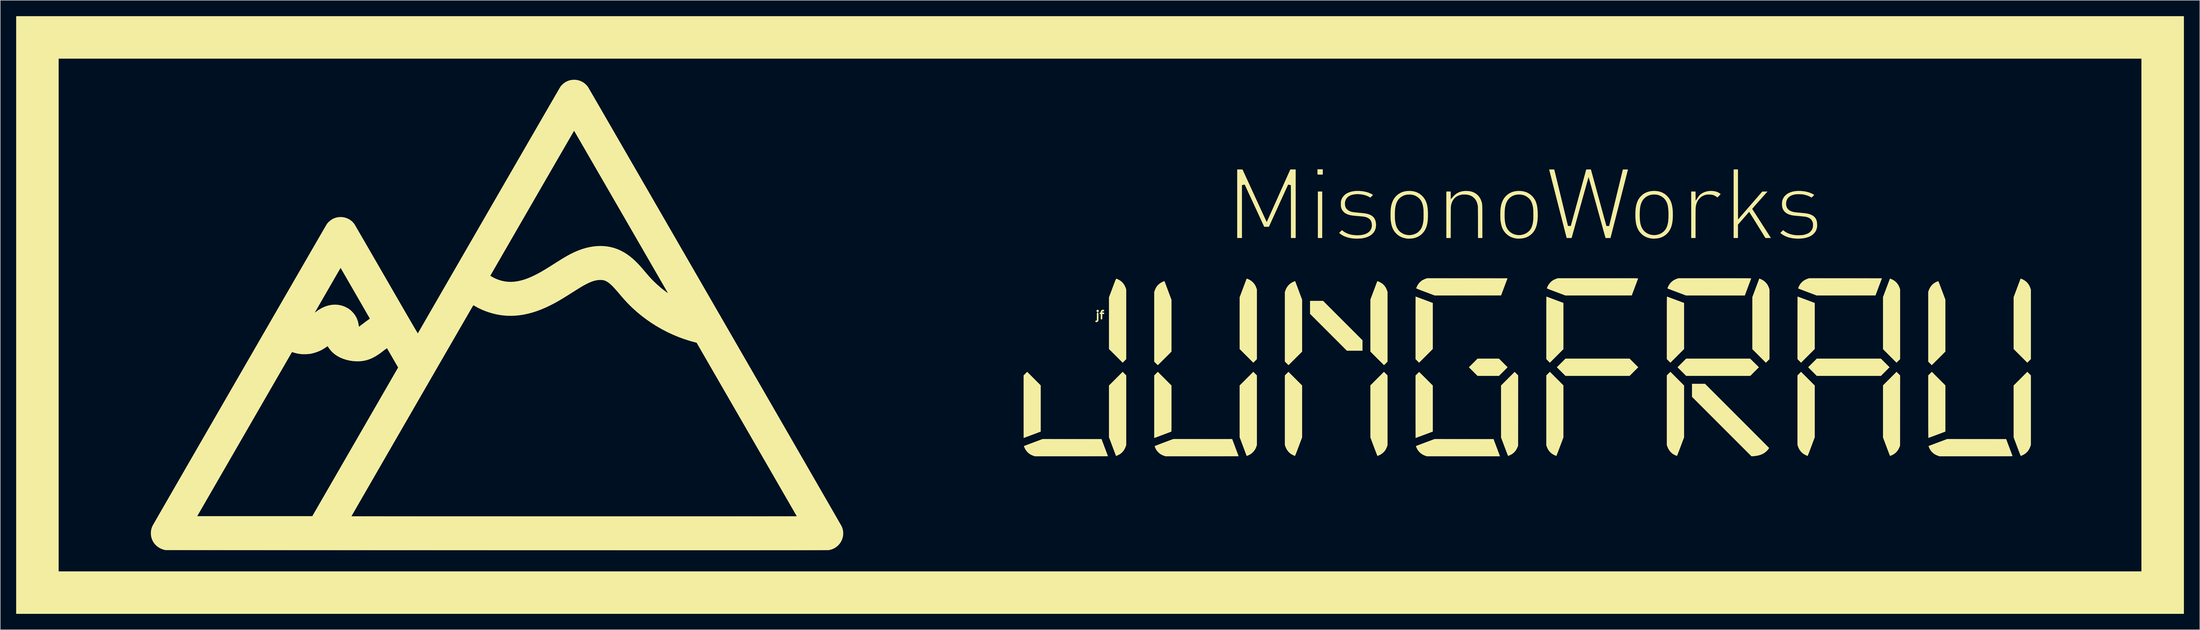
<source format=kicad_pcb>
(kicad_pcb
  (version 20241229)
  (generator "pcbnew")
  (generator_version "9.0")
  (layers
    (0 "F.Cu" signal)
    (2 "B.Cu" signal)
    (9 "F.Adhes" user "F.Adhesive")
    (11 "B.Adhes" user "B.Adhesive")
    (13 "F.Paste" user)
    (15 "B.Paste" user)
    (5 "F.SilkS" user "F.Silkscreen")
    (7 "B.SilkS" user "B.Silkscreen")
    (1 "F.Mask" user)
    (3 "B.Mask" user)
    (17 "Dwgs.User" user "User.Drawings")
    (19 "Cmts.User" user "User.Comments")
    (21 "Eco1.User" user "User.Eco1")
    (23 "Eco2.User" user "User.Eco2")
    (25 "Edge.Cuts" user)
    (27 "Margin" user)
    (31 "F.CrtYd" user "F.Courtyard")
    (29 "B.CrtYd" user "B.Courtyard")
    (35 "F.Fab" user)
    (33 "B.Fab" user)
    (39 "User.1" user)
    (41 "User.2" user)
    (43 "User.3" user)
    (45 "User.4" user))
  (footprint "jf"
    (layer "F.Cu")
    (at 204.399 56.368)
    (property "Reference" "jf" (at 0 0 0) (layer "F.SilkS") (effects (font (size 1.524 1.524) (thickness 0.3))))
    (attr through_hole)
    (fp_poly (pts (xy 41.91 -14.529) (xy 41.097 -14.529) (xy 41.097 -23.292) (xy 41.91 -23.292) (xy 41.91 -14.529)) (stroke (width 0.01) (type solid)) (fill yes) (layer "F.SilkS"))
    (fp_poly (pts (xy 45.79 1.048) (xy 49.505 4.763) (xy 49.505 6.731) (xy 46.571 6.731) (xy 39.624 -0.216) (xy 39.624 -2.667) (xy 42.075 -2.667) (xy 45.79 1.048)) (stroke (width 0.01) (type solid)) (fill yes) (layer "F.SilkS"))
    (fp_poly (pts (xy 122.618 8.231) (xy 124.269 9.854) (xy 123.457 10.668) (xy 122.644 11.481) (xy 110.553 11.481) (xy 109.741 10.668) (xy 108.928 9.855) (xy 109.741 9.042) (xy 110.553 8.23) (xy 122.618 8.231)) (stroke (width 0.01) (type solid)) (fill yes) (layer "F.SilkS"))
    (fp_poly (pts (xy 76.06 9.042) (xy 76.873 9.855) (xy 76.06 10.668) (xy 75.248 11.481) (xy 71.209 11.481) (xy 70.396 10.668) (xy 69.584 9.855) (xy 70.396 9.042) (xy 71.209 8.23) (xy 75.248 8.23) (xy 76.06 9.042)) (stroke (width 0.01) (type solid)) (fill yes) (layer "F.SilkS"))
    (fp_poly (pts (xy 100.698 9.042) (xy 101.511 9.855) (xy 100.698 10.668) (xy 99.886 11.481) (xy 87.795 11.481) (xy 86.982 10.668) (xy 86.17 9.855) (xy 86.982 9.042) (xy 87.795 8.23) (xy 99.886 8.23) (xy 100.698 9.042)) (stroke (width 0.01) (type solid)) (fill yes) (layer "F.SilkS"))
    (fp_poly (pts (xy 148.095 9.042) (xy 148.907 9.855) (xy 148.095 10.668) (xy 147.282 11.481) (xy 135.191 11.481) (xy 134.379 10.668) (xy 133.566 9.855) (xy 134.379 9.042) (xy 135.191 8.23) (xy 147.282 8.23) (xy 148.095 9.042)) (stroke (width 0.01) (type solid)) (fill yes) (layer "F.SilkS"))
    (fp_poly (pts (xy 204.419 56.363) (xy -204.394 56.363) (xy -204.394 -48.362) (xy -196.393 -48.362) (xy -196.393 48.362) (xy 196.418 48.362) (xy 196.418 -48.362) (xy -196.393 -48.362) (xy -204.394 -48.362) (xy -204.394 -56.363) (xy 204.419 -56.363) (xy 204.419 56.363)) (stroke (width 0.01) (type solid)) (fill yes) (layer "F.SilkS"))
    (fp_poly (pts (xy 42.012 -26.492) (xy 41.533 -26.492) (xy 41.382 -26.493) (xy 41.249 -26.495) (xy 41.142 -26.499) (xy 41.069 -26.504) (xy 41.038 -26.509) (xy 41.038 -26.509) (xy 41.033 -26.539) (xy 41.028 -26.611) (xy 41.024 -26.717) (xy 41.022 -26.85) (xy 41.021 -27.001) (xy 41.021 -27.483) (xy 42.012 -27.483) (xy 42.012 -26.492)) (stroke (width 0.01) (type solid)) (fill yes) (layer "F.SilkS"))
    (fp_poly (pts (xy 124.407 -6.845) (xy 124.503 -6.814) (xy 124.628 -6.762) (xy 124.77 -6.695) (xy 124.914 -6.62) (xy 125.048 -6.544) (xy 125.127 -6.494) (xy 125.273 -6.385) (xy 125.429 -6.248) (xy 125.583 -6.097) (xy 125.72 -5.944) (xy 125.827 -5.803) (xy 125.835 -5.791) (xy 125.977 -5.548) (xy 126.104 -5.278) (xy 126.188 -5.056) (xy 126.263 -4.831) (xy 126.263 8.319) (xy 125.927 8.655) (xy 125.59 8.991) (xy 124.314 7.715) (xy 123.038 6.439) (xy 123.038 -3.387) (xy 123.689 -5.124) (xy 124.341 -6.862) (xy 124.407 -6.845)) (stroke (width 0.01) (type solid)) (fill yes) (layer "F.SilkS"))
    (fp_poly (pts (xy 134.798 13.297) (xy 134.798 23.071) (xy 134.144 24.82) (xy 134.009 25.179) (xy 133.891 25.492) (xy 133.788 25.761) (xy 133.701 25.988) (xy 133.628 26.174) (xy 133.568 26.322) (xy 133.522 26.433) (xy 133.487 26.51) (xy 133.464 26.553) (xy 133.452 26.566) (xy 133.408 26.556) (xy 133.336 26.531) (xy 133.274 26.507) (xy 132.922 26.34) (xy 132.608 26.14) (xy 132.333 25.907) (xy 132.094 25.638) (xy 131.891 25.335) (xy 131.724 24.995) (xy 131.637 24.761) (xy 131.547 24.492) (xy 131.547 11.396) (xy 131.882 11.057) (xy 132.218 10.718) (xy 134.798 13.297)) (stroke (width 0.01) (type solid)) (fill yes) (layer "F.SilkS"))
    (fp_poly (pts (xy 38.125 13.297) (xy 38.124 18.186) (xy 38.123 23.076) (xy 37.47 24.816) (xy 37.327 25.194) (xy 37.201 25.526) (xy 37.09 25.813) (xy 36.996 26.054) (xy 36.919 26.249) (xy 36.858 26.397) (xy 36.814 26.498) (xy 36.787 26.552) (xy 36.779 26.561) (xy 36.736 26.555) (xy 36.665 26.533) (xy 36.601 26.508) (xy 36.323 26.38) (xy 36.084 26.246) (xy 35.873 26.098) (xy 35.678 25.928) (xy 35.634 25.885) (xy 35.397 25.611) (xy 35.195 25.302) (xy 35.03 24.957) (xy 34.949 24.735) (xy 34.874 24.506) (xy 34.874 11.393) (xy 35.547 10.719) (xy 38.125 13.297)) (stroke (width 0.01) (type solid)) (fill yes) (layer "F.SilkS"))
    (fp_poly (pts (xy 110.16 13.297) (xy 110.159 18.186) (xy 110.158 23.076) (xy 109.504 24.816) (xy 109.361 25.194) (xy 109.235 25.526) (xy 109.125 25.813) (xy 109.031 26.054) (xy 108.953 26.249) (xy 108.893 26.397) (xy 108.848 26.498) (xy 108.821 26.552) (xy 108.813 26.561) (xy 108.77 26.555) (xy 108.699 26.533) (xy 108.636 26.508) (xy 108.386 26.396) (xy 108.175 26.283) (xy 107.989 26.161) (xy 107.816 26.022) (xy 107.681 25.896) (xy 107.444 25.627) (xy 107.244 25.327) (xy 107.079 24.994) (xy 106.983 24.735) (xy 106.909 24.506) (xy 106.909 11.393) (xy 107.581 10.719) (xy 110.16 13.297)) (stroke (width 0.01) (type solid)) (fill yes) (layer "F.SilkS"))
    (fp_poly (pts (xy 140.601 -6.928) (xy 147.467 -6.921) (xy 146.258 -3.696) (xy 140.712 -3.691) (xy 135.166 -3.687) (xy 133.434 -4.339) (xy 133.152 -4.445) (xy 132.883 -4.547) (xy 132.632 -4.642) (xy 132.402 -4.73) (xy 132.198 -4.808) (xy 132.022 -4.875) (xy 131.88 -4.93) (xy 131.774 -4.971) (xy 131.708 -4.997) (xy 131.687 -5.007) (xy 131.687 -5.039) (xy 131.706 -5.106) (xy 131.739 -5.2) (xy 131.784 -5.31) (xy 131.835 -5.427) (xy 131.877 -5.512) (xy 132.021 -5.765) (xy 132.189 -5.991) (xy 132.357 -6.174) (xy 132.612 -6.398) (xy 132.895 -6.587) (xy 133.212 -6.747) (xy 133.498 -6.855) (xy 133.734 -6.934) (xy 140.601 -6.928)) (stroke (width 0.01) (type solid)) (fill yes) (layer "F.SilkS"))
    (fp_poly (pts (xy 173.72 -6.836) (xy 173.812 -6.801) (xy 173.923 -6.755) (xy 174.042 -6.701) (xy 174.15 -6.647) (xy 174.464 -6.457) (xy 174.742 -6.232) (xy 174.985 -5.97) (xy 175.192 -5.672) (xy 175.364 -5.337) (xy 175.475 -5.05) (xy 175.565 -4.781) (xy 175.565 8.315) (xy 175.228 8.654) (xy 174.892 8.992) (xy 173.603 7.703) (xy 172.314 6.413) (xy 172.314 -3.362) (xy 172.966 -5.103) (xy 173.072 -5.387) (xy 173.173 -5.656) (xy 173.267 -5.908) (xy 173.353 -6.138) (xy 173.43 -6.342) (xy 173.496 -6.518) (xy 173.55 -6.661) (xy 173.591 -6.767) (xy 173.616 -6.833) (xy 173.624 -6.854) (xy 173.654 -6.854) (xy 173.72 -6.836)) (stroke (width 0.01) (type solid)) (fill yes) (layer "F.SilkS"))
    (fp_poly (pts (xy 175.229 11.057) (xy 175.565 11.396) (xy 175.565 24.492) (xy 175.475 24.761) (xy 175.331 25.12) (xy 175.151 25.446) (xy 174.936 25.738) (xy 174.689 25.992) (xy 174.411 26.208) (xy 174.17 26.35) (xy 174.044 26.412) (xy 173.92 26.469) (xy 173.807 26.517) (xy 173.716 26.551) (xy 173.656 26.567) (xy 173.647 26.568) (xy 173.634 26.545) (xy 173.605 26.478) (xy 173.561 26.37) (xy 173.504 26.226) (xy 173.435 26.05) (xy 173.356 25.844) (xy 173.267 25.613) (xy 173.171 25.361) (xy 173.069 25.091) (xy 172.968 24.82) (xy 172.314 23.071) (xy 172.314 13.297) (xy 173.603 12.007) (xy 174.893 10.718) (xy 175.229 11.057)) (stroke (width 0.01) (type solid)) (fill yes) (layer "F.SilkS"))
    (fp_poly (pts (xy 78.867 11.393) (xy 78.861 18.022) (xy 78.854 24.651) (xy 78.747 24.918) (xy 78.58 25.271) (xy 78.382 25.586) (xy 78.15 25.862) (xy 77.886 26.099) (xy 77.588 26.299) (xy 77.58 26.304) (xy 77.486 26.354) (xy 77.375 26.408) (xy 77.259 26.461) (xy 77.148 26.508) (xy 77.053 26.544) (xy 76.987 26.565) (xy 76.967 26.568) (xy 76.955 26.545) (xy 76.927 26.478) (xy 76.883 26.371) (xy 76.827 26.227) (xy 76.758 26.051) (xy 76.679 25.846) (xy 76.591 25.615) (xy 76.495 25.363) (xy 76.393 25.093) (xy 76.293 24.828) (xy 75.641 23.088) (xy 75.641 13.293) (xy 76.923 12.012) (xy 78.206 10.73) (xy 78.867 11.393)) (stroke (width 0.01) (type solid)) (fill yes) (layer "F.SilkS"))
    (fp_poly (pts (xy 149.014 -6.853) (xy 149.078 -6.834) (xy 149.165 -6.803) (xy 149.266 -6.763) (xy 149.369 -6.72) (xy 149.462 -6.676) (xy 149.466 -6.674) (xy 149.783 -6.488) (xy 150.066 -6.265) (xy 150.314 -6.005) (xy 150.527 -5.709) (xy 150.705 -5.376) (xy 150.835 -5.045) (xy 150.901 -4.846) (xy 150.901 8.319) (xy 150.565 8.655) (xy 150.228 8.991) (xy 148.952 7.715) (xy 147.676 6.439) (xy 147.676 -3.378) (xy 148.326 -5.111) (xy 148.433 -5.394) (xy 148.534 -5.663) (xy 148.628 -5.914) (xy 148.715 -6.143) (xy 148.792 -6.347) (xy 148.858 -6.522) (xy 148.912 -6.664) (xy 148.952 -6.769) (xy 148.978 -6.834) (xy 148.986 -6.855) (xy 149.014 -6.853)) (stroke (width 0.01) (type solid)) (fill yes) (layer "F.SilkS"))
    (fp_poly (pts (xy 3.19 -6.825) (xy 3.237 -6.804) (xy 3.291 -6.775) (xy 3.353 -6.741) (xy 3.414 -6.71) (xy 3.639 -6.595) (xy 3.828 -6.48) (xy 3.996 -6.354) (xy 4.159 -6.207) (xy 4.193 -6.174) (xy 4.431 -5.901) (xy 4.632 -5.591) (xy 4.797 -5.247) (xy 4.878 -5.024) (xy 4.953 -4.796) (xy 4.953 8.319) (xy 4.279 8.991) (xy 1.702 6.413) (xy 1.702 -3.345) (xy 2.359 -5.095) (xy 2.485 -5.433) (xy 2.594 -5.726) (xy 2.688 -5.978) (xy 2.769 -6.19) (xy 2.838 -6.367) (xy 2.897 -6.511) (xy 2.948 -6.625) (xy 2.993 -6.711) (xy 3.034 -6.772) (xy 3.072 -6.811) (xy 3.11 -6.831) (xy 3.149 -6.834) (xy 3.19 -6.825)) (stroke (width 0.01) (type solid)) (fill yes) (layer "F.SilkS"))
    (fp_poly (pts (xy 27.767 -6.829) (xy 27.864 -6.795) (xy 27.979 -6.748) (xy 28.104 -6.691) (xy 28.229 -6.629) (xy 28.346 -6.565) (xy 28.348 -6.563) (xy 28.525 -6.443) (xy 28.715 -6.283) (xy 28.806 -6.198) (xy 28.998 -5.994) (xy 29.157 -5.791) (xy 29.29 -5.573) (xy 29.406 -5.33) (xy 29.5 -5.083) (xy 29.591 -4.821) (xy 29.591 8.319) (xy 28.917 8.991) (xy 26.34 6.413) (xy 26.34 -3.334) (xy 26.991 -5.077) (xy 27.098 -5.361) (xy 27.199 -5.631) (xy 27.295 -5.884) (xy 27.382 -6.116) (xy 27.46 -6.322) (xy 27.528 -6.499) (xy 27.584 -6.644) (xy 27.626 -6.752) (xy 27.653 -6.82) (xy 27.664 -6.844) (xy 27.698 -6.847) (xy 27.767 -6.829)) (stroke (width 0.01) (type solid)) (fill yes) (layer "F.SilkS"))
    (fp_poly (pts (xy 86.125 11.995) (xy 87.401 13.271) (xy 87.401 23.088) (xy 86.749 24.828) (xy 86.643 25.111) (xy 86.541 25.38) (xy 86.445 25.631) (xy 86.357 25.86) (xy 86.278 26.063) (xy 86.209 26.237) (xy 86.153 26.379) (xy 86.11 26.483) (xy 86.081 26.547) (xy 86.07 26.568) (xy 86.034 26.558) (xy 85.966 26.535) (xy 85.877 26.501) (xy 85.86 26.495) (xy 85.517 26.334) (xy 85.208 26.136) (xy 84.934 25.903) (xy 84.697 25.633) (xy 84.597 25.493) (xy 84.495 25.331) (xy 84.41 25.173) (xy 84.335 25.002) (xy 84.261 24.801) (xy 84.249 24.767) (xy 84.176 24.552) (xy 84.176 11.393) (xy 84.512 11.056) (xy 84.848 10.719) (xy 86.125 11.995)) (stroke (width 0.01) (type solid)) (fill yes) (layer "F.SilkS"))
    (fp_poly (pts (xy 150.565 11.056) (xy 150.902 11.393) (xy 150.895 18.022) (xy 150.889 24.651) (xy 150.781 24.918) (xy 150.615 25.271) (xy 150.416 25.586) (xy 150.185 25.862) (xy 149.92 26.099) (xy 149.622 26.299) (xy 149.614 26.304) (xy 149.52 26.354) (xy 149.41 26.408) (xy 149.293 26.461) (xy 149.182 26.508) (xy 149.088 26.544) (xy 149.022 26.565) (xy 149.002 26.568) (xy 148.99 26.545) (xy 148.961 26.478) (xy 148.918 26.371) (xy 148.861 26.227) (xy 148.792 26.051) (xy 148.713 25.846) (xy 148.625 25.615) (xy 148.529 25.363) (xy 148.427 25.093) (xy 148.328 24.828) (xy 147.676 23.088) (xy 147.676 13.271) (xy 148.952 11.995) (xy 150.229 10.719) (xy 150.565 11.056)) (stroke (width 0.01) (type solid)) (fill yes) (layer "F.SilkS"))
    (fp_poly (pts (xy 12.825 -4.628) (xy 13.488 -2.857) (xy 13.487 6.896) (xy 12.211 8.173) (xy 12 8.383) (xy 11.799 8.583) (xy 11.611 8.769) (xy 11.439 8.939) (xy 11.286 9.089) (xy 11.155 9.217) (xy 11.049 9.32) (xy 10.971 9.394) (xy 10.923 9.438) (xy 10.909 9.449) (xy 10.883 9.432) (xy 10.829 9.384) (xy 10.751 9.311) (xy 10.656 9.22) (xy 10.56 9.125) (xy 10.236 8.8) (xy 10.236 -4.337) (xy 10.301 -4.537) (xy 10.369 -4.722) (xy 10.455 -4.92) (xy 10.55 -5.111) (xy 10.646 -5.279) (xy 10.69 -5.347) (xy 10.895 -5.602) (xy 11.141 -5.837) (xy 11.422 -6.044) (xy 11.731 -6.221) (xy 12.005 -6.339) (xy 12.161 -6.398) (xy 12.825 -4.628)) (stroke (width 0.01) (type solid)) (fill yes) (layer "F.SilkS"))
    (fp_poly (pts (xy 4.617 11.056) (xy 4.953 11.393) (xy 4.953 24.506) (xy 4.879 24.734) (xy 4.735 25.1) (xy 4.555 25.432) (xy 4.34 25.728) (xy 4.089 25.988) (xy 3.803 26.211) (xy 3.689 26.285) (xy 3.615 26.325) (xy 3.517 26.374) (xy 3.406 26.427) (xy 3.294 26.477) (xy 3.19 26.521) (xy 3.108 26.552) (xy 3.057 26.568) (xy 3.051 26.568) (xy 3.022 26.547) (xy 2.995 26.499) (xy 2.981 26.464) (xy 2.952 26.385) (xy 2.907 26.267) (xy 2.85 26.113) (xy 2.78 25.928) (xy 2.7 25.715) (xy 2.611 25.479) (xy 2.515 25.223) (xy 2.413 24.951) (xy 2.335 24.744) (xy 1.702 23.06) (xy 1.702 13.297) (xy 2.991 12.008) (xy 4.28 10.719) (xy 4.617 11.056)) (stroke (width 0.01) (type solid)) (fill yes) (layer "F.SilkS"))
    (fp_poly (pts (xy 29.255 11.056) (xy 29.591 11.393) (xy 29.591 24.531) (xy 29.5 24.793) (xy 29.455 24.917) (xy 29.408 25.038) (xy 29.365 25.139) (xy 29.345 25.183) (xy 29.161 25.495) (xy 28.936 25.779) (xy 28.676 26.032) (xy 28.384 26.248) (xy 28.067 26.423) (xy 28.001 26.453) (xy 27.869 26.508) (xy 27.776 26.543) (xy 27.714 26.559) (xy 27.674 26.557) (xy 27.651 26.538) (xy 27.639 26.514) (xy 27.627 26.481) (xy 27.598 26.404) (xy 27.554 26.287) (xy 27.497 26.135) (xy 27.428 25.951) (xy 27.349 25.739) (xy 27.26 25.503) (xy 27.165 25.247) (xy 27.063 24.975) (xy 26.978 24.75) (xy 26.34 23.047) (xy 26.34 13.297) (xy 27.629 12.008) (xy 28.918 10.719) (xy 29.255 11.056)) (stroke (width 0.01) (type solid)) (fill yes) (layer "F.SilkS"))
    (fp_poly (pts (xy 59.555 -3.471) (xy 59.625 -3.446) (xy 59.734 -3.406) (xy 59.879 -3.352) (xy 60.056 -3.287) (xy 60.261 -3.211) (xy 60.49 -3.125) (xy 60.739 -3.032) (xy 61.005 -2.933) (xy 61.155 -2.877) (xy 62.763 -2.273) (xy 62.763 6.414) (xy 60.184 8.993) (xy 59.848 8.654) (xy 59.512 8.314) (xy 59.512 2.417) (xy 59.512 1.874) (xy 59.512 1.344) (xy 59.513 0.829) (xy 59.513 0.333) (xy 59.514 -0.143) (xy 59.515 -0.597) (xy 59.515 -1.026) (xy 59.516 -1.428) (xy 59.517 -1.801) (xy 59.518 -2.142) (xy 59.52 -2.45) (xy 59.521 -2.722) (xy 59.522 -2.957) (xy 59.524 -3.15) (xy 59.525 -3.301) (xy 59.526 -3.408) (xy 59.528 -3.467) (xy 59.529 -3.48) (xy 59.555 -3.471)) (stroke (width 0.01) (type solid)) (fill yes) (layer "F.SilkS"))
    (fp_poly (pts (xy 131.59 -3.471) (xy 131.659 -3.446) (xy 131.769 -3.406) (xy 131.914 -3.352) (xy 132.091 -3.287) (xy 132.296 -3.211) (xy 132.525 -3.125) (xy 132.774 -3.032) (xy 133.039 -2.933) (xy 133.189 -2.877) (xy 134.798 -2.273) (xy 134.798 6.414) (xy 132.218 8.993) (xy 131.882 8.654) (xy 131.547 8.314) (xy 131.547 2.417) (xy 131.547 1.874) (xy 131.547 1.344) (xy 131.547 0.829) (xy 131.548 0.333) (xy 131.548 -0.143) (xy 131.549 -0.597) (xy 131.55 -1.026) (xy 131.551 -1.428) (xy 131.552 -1.801) (xy 131.553 -2.142) (xy 131.554 -2.45) (xy 131.555 -2.722) (xy 131.557 -2.957) (xy 131.558 -3.15) (xy 131.559 -3.301) (xy 131.561 -3.408) (xy 131.562 -3.467) (xy 131.564 -3.48) (xy 131.59 -3.471)) (stroke (width 0.01) (type solid)) (fill yes) (layer "F.SilkS"))
    (fp_poly (pts (xy -12.452 11.995) (xy -11.176 13.272) (xy -11.176 21.99) (xy -12.776 22.59) (xy -13.048 22.692) (xy -13.305 22.788) (xy -13.545 22.878) (xy -13.762 22.959) (xy -13.953 23.03) (xy -14.115 23.09) (xy -14.243 23.137) (xy -14.333 23.17) (xy -14.382 23.188) (xy -14.389 23.19) (xy -14.39 23.165) (xy -14.392 23.092) (xy -14.393 22.972) (xy -14.394 22.808) (xy -14.395 22.602) (xy -14.396 22.356) (xy -14.397 22.073) (xy -14.397 21.755) (xy -14.398 21.404) (xy -14.399 21.022) (xy -14.4 20.612) (xy -14.4 20.175) (xy -14.401 19.715) (xy -14.401 19.232) (xy -14.401 18.73) (xy -14.402 18.211) (xy -14.402 17.677) (xy -14.402 17.291) (xy -14.402 11.391) (xy -14.065 11.055) (xy -13.728 10.719) (xy -12.452 11.995)) (stroke (width 0.01) (type solid)) (fill yes) (layer "F.SilkS"))
    (fp_poly (pts (xy 53.893 11.056) (xy 54.229 11.393) (xy 54.229 24.542) (xy 54.152 24.772) (xy 54.083 24.955) (xy 53.996 25.149) (xy 53.899 25.338) (xy 53.802 25.503) (xy 53.758 25.568) (xy 53.584 25.78) (xy 53.372 25.986) (xy 53.134 26.174) (xy 52.882 26.335) (xy 52.857 26.349) (xy 52.769 26.394) (xy 52.664 26.442) (xy 52.556 26.489) (xy 52.455 26.529) (xy 52.375 26.557) (xy 52.328 26.568) (xy 52.327 26.568) (xy 52.314 26.545) (xy 52.286 26.478) (xy 52.243 26.371) (xy 52.186 26.227) (xy 52.117 26.051) (xy 52.038 25.846) (xy 51.95 25.615) (xy 51.854 25.363) (xy 51.752 25.094) (xy 51.654 24.833) (xy 51.003 23.097) (xy 51.003 13.271) (xy 52.28 11.995) (xy 53.556 10.719) (xy 53.893 11.056)) (stroke (width 0.01) (type solid)) (fill yes) (layer "F.SilkS"))
    (fp_poly (pts (xy 106.969 -3.464) (xy 107.041 -3.437) (xy 107.153 -3.396) (xy 107.301 -3.341) (xy 107.48 -3.274) (xy 107.686 -3.197) (xy 107.916 -3.111) (xy 108.166 -3.018) (xy 108.432 -2.919) (xy 108.566 -2.869) (xy 110.16 -2.274) (xy 110.16 6.414) (xy 107.581 8.992) (xy 106.909 8.318) (xy 106.909 2.416) (xy 106.909 1.748) (xy 106.909 1.13) (xy 106.909 0.559) (xy 106.909 0.033) (xy 106.91 -0.448) (xy 106.911 -0.886) (xy 106.911 -1.284) (xy 106.912 -1.642) (xy 106.913 -1.962) (xy 106.915 -2.247) (xy 106.916 -2.497) (xy 106.918 -2.715) (xy 106.92 -2.901) (xy 106.922 -3.058) (xy 106.924 -3.187) (xy 106.926 -3.29) (xy 106.929 -3.369) (xy 106.932 -3.424) (xy 106.935 -3.459) (xy 106.939 -3.474) (xy 106.94 -3.475) (xy 106.969 -3.464)) (stroke (width 0.01) (type solid)) (fill yes) (layer "F.SilkS"))
    (fp_poly (pts (xy 84.236 -3.463) (xy 84.308 -3.436) (xy 84.42 -3.394) (xy 84.567 -3.339) (xy 84.746 -3.272) (xy 84.952 -3.194) (xy 85.182 -3.108) (xy 85.432 -3.015) (xy 85.697 -2.916) (xy 85.82 -2.869) (xy 87.401 -2.277) (xy 87.401 6.439) (xy 86.125 7.715) (xy 84.848 8.992) (xy 84.512 8.655) (xy 84.176 8.318) (xy 84.176 2.416) (xy 84.176 1.749) (xy 84.176 1.13) (xy 84.176 0.559) (xy 84.176 0.034) (xy 84.177 -0.447) (xy 84.178 -0.886) (xy 84.178 -1.283) (xy 84.179 -1.641) (xy 84.18 -1.962) (xy 84.182 -2.246) (xy 84.183 -2.497) (xy 84.185 -2.714) (xy 84.187 -2.9) (xy 84.189 -3.057) (xy 84.191 -3.186) (xy 84.193 -3.289) (xy 84.196 -3.368) (xy 84.199 -3.423) (xy 84.202 -3.458) (xy 84.206 -3.473) (xy 84.207 -3.473) (xy 84.236 -3.463)) (stroke (width 0.01) (type solid)) (fill yes) (layer "F.SilkS"))
    (fp_poly (pts (xy 158.16 11.995) (xy 159.436 13.272) (xy 159.436 21.987) (xy 157.855 22.58) (xy 157.584 22.681) (xy 157.327 22.777) (xy 157.088 22.867) (xy 156.871 22.948) (xy 156.679 23.02) (xy 156.517 23.081) (xy 156.388 23.129) (xy 156.298 23.163) (xy 156.249 23.181) (xy 156.242 23.184) (xy 156.238 23.176) (xy 156.235 23.15) (xy 156.232 23.103) (xy 156.229 23.034) (xy 156.226 22.941) (xy 156.224 22.822) (xy 156.222 22.676) (xy 156.22 22.502) (xy 156.218 22.297) (xy 156.217 22.06) (xy 156.215 21.789) (xy 156.214 21.483) (xy 156.213 21.14) (xy 156.212 20.758) (xy 156.212 20.336) (xy 156.211 19.872) (xy 156.211 19.365) (xy 156.21 18.812) (xy 156.21 18.213) (xy 156.21 17.565) (xy 156.21 17.293) (xy 156.21 11.391) (xy 156.547 11.055) (xy 156.884 10.719) (xy 158.16 11.995)) (stroke (width 0.01) (type solid)) (fill yes) (layer "F.SilkS"))
    (fp_poly (pts (xy 69.282 -6.928) (xy 76.855 -6.921) (xy 76.251 -5.309) (xy 75.646 -3.696) (xy 69.389 -3.691) (xy 63.132 -3.687) (xy 61.392 -4.342) (xy 61.062 -4.466) (xy 60.777 -4.574) (xy 60.533 -4.666) (xy 60.327 -4.745) (xy 60.156 -4.811) (xy 60.017 -4.866) (xy 59.906 -4.911) (xy 59.82 -4.947) (xy 59.757 -4.976) (xy 59.712 -4.998) (xy 59.683 -5.017) (xy 59.667 -5.031) (xy 59.66 -5.044) (xy 59.659 -5.056) (xy 59.659 -5.057) (xy 59.677 -5.125) (xy 59.714 -5.226) (xy 59.768 -5.349) (xy 59.831 -5.482) (xy 59.9 -5.614) (xy 59.962 -5.724) (xy 60.065 -5.873) (xy 60.198 -6.035) (xy 60.349 -6.196) (xy 60.505 -6.342) (xy 60.652 -6.459) (xy 60.677 -6.476) (xy 60.841 -6.575) (xy 61.036 -6.676) (xy 61.243 -6.77) (xy 61.443 -6.848) (xy 61.506 -6.869) (xy 61.709 -6.935) (xy 69.282 -6.928)) (stroke (width 0.01) (type solid)) (fill yes) (layer "F.SilkS"))
    (fp_poly (pts (xy 68.667 23.4) (xy 74.224 23.406) (xy 74.776 24.879) (xy 74.875 25.144) (xy 74.971 25.399) (xy 75.06 25.638) (xy 75.143 25.858) (xy 75.216 26.053) (xy 75.278 26.219) (xy 75.328 26.351) (xy 75.363 26.446) (xy 75.382 26.497) (xy 75.383 26.499) (xy 75.437 26.645) (xy 68.535 26.644) (xy 61.633 26.642) (xy 61.39 26.559) (xy 61.025 26.41) (xy 60.698 26.226) (xy 60.408 26.008) (xy 60.154 25.755) (xy 59.937 25.467) (xy 59.861 25.343) (xy 59.799 25.229) (xy 59.739 25.107) (xy 59.686 24.988) (xy 59.643 24.88) (xy 59.614 24.792) (xy 59.602 24.733) (xy 59.606 24.715) (xy 59.632 24.703) (xy 59.703 24.675) (xy 59.813 24.632) (xy 59.96 24.576) (xy 60.139 24.508) (xy 60.347 24.429) (xy 60.58 24.341) (xy 60.834 24.246) (xy 61.105 24.144) (xy 61.369 24.045) (xy 63.111 23.393) (xy 68.667 23.4)) (stroke (width 0.01) (type solid)) (fill yes) (layer "F.SilkS"))
    (fp_poly (pts (xy 120.148 19.018) (xy 120.612 19.482) (xy 121.066 19.936) (xy 121.51 20.38) (xy 121.942 20.812) (xy 122.36 21.231) (xy 122.764 21.636) (xy 123.152 22.025) (xy 123.523 22.397) (xy 123.876 22.75) (xy 124.208 23.084) (xy 124.52 23.396) (xy 124.809 23.686) (xy 125.074 23.953) (xy 125.315 24.195) (xy 125.529 24.41) (xy 125.715 24.598) (xy 125.872 24.757) (xy 125.999 24.885) (xy 126.095 24.982) (xy 126.157 25.046) (xy 126.186 25.076) (xy 126.187 25.078) (xy 126.171 25.121) (xy 126.127 25.192) (xy 126.062 25.283) (xy 125.983 25.385) (xy 125.895 25.49) (xy 125.806 25.587) (xy 125.559 25.82) (xy 125.291 26.022) (xy 124.997 26.192) (xy 124.675 26.334) (xy 124.321 26.448) (xy 123.931 26.535) (xy 123.502 26.598) (xy 123.114 26.632) (xy 122.873 26.647) (xy 117.265 21.039) (xy 111.658 15.43) (xy 111.658 12.979) (xy 114.11 12.979) (xy 120.148 19.018)) (stroke (width 0.01) (type solid)) (fill yes) (layer "F.SilkS"))
    (fp_poly (pts (xy 36.807 -6.38) (xy 36.818 -6.354) (xy 36.846 -6.284) (xy 36.888 -6.174) (xy 36.944 -6.028) (xy 37.012 -5.849) (xy 37.09 -5.642) (xy 37.178 -5.41) (xy 37.273 -5.156) (xy 37.375 -4.885) (xy 37.474 -4.621) (xy 38.125 -2.879) (xy 38.125 6.896) (xy 36.849 8.173) (xy 36.638 8.383) (xy 36.438 8.583) (xy 36.251 8.769) (xy 36.08 8.939) (xy 35.929 9.089) (xy 35.799 9.217) (xy 35.695 9.319) (xy 35.618 9.394) (xy 35.572 9.438) (xy 35.56 9.449) (xy 35.538 9.432) (xy 35.487 9.384) (xy 35.412 9.311) (xy 35.319 9.22) (xy 35.212 9.114) (xy 35.21 9.112) (xy 34.874 8.775) (xy 34.874 -4.315) (xy 34.94 -4.523) (xy 35.079 -4.89) (xy 35.255 -5.221) (xy 35.468 -5.517) (xy 35.717 -5.778) (xy 36.003 -6.004) (xy 36.326 -6.195) (xy 36.554 -6.3) (xy 36.655 -6.339) (xy 36.738 -6.367) (xy 36.792 -6.381) (xy 36.807 -6.38)) (stroke (width 0.01) (type solid)) (fill yes) (layer "F.SilkS"))
    (fp_poly (pts (xy 52.383 -6.365) (xy 52.467 -6.339) (xy 52.582 -6.29) (xy 52.718 -6.226) (xy 52.862 -6.15) (xy 53.003 -6.07) (xy 53.132 -5.99) (xy 53.231 -5.922) (xy 53.481 -5.705) (xy 53.699 -5.459) (xy 53.886 -5.18) (xy 54.045 -4.862) (xy 54.156 -4.574) (xy 54.229 -4.359) (xy 54.229 8.802) (xy 53.905 9.125) (xy 53.8 9.229) (xy 53.709 9.319) (xy 53.635 9.389) (xy 53.586 9.434) (xy 53.568 9.449) (xy 53.549 9.431) (xy 53.496 9.381) (xy 53.413 9.3) (xy 53.303 9.192) (xy 53.169 9.059) (xy 53.014 8.904) (xy 52.839 8.731) (xy 52.649 8.542) (xy 52.447 8.339) (xy 52.279 8.172) (xy 51.003 6.896) (xy 51.003 -2.913) (xy 51.603 -4.511) (xy 51.706 -4.786) (xy 51.805 -5.051) (xy 51.899 -5.3) (xy 51.985 -5.529) (xy 52.062 -5.735) (xy 52.128 -5.912) (xy 52.182 -6.056) (xy 52.223 -6.164) (xy 52.248 -6.23) (xy 52.253 -6.245) (xy 52.284 -6.321) (xy 52.308 -6.36) (xy 52.338 -6.371) (xy 52.383 -6.365)) (stroke (width 0.01) (type solid)) (fill yes) (layer "F.SilkS"))
    (fp_poly (pts (xy 158.112 -6.356) (xy 158.14 -6.299) (xy 158.183 -6.201) (xy 158.24 -6.063) (xy 158.311 -5.883) (xy 158.398 -5.659) (xy 158.501 -5.391) (xy 158.62 -5.078) (xy 158.755 -4.719) (xy 158.785 -4.64) (xy 159.436 -2.904) (xy 159.436 6.896) (xy 158.159 8.173) (xy 157.949 8.383) (xy 157.748 8.583) (xy 157.561 8.769) (xy 157.391 8.939) (xy 157.239 9.089) (xy 157.11 9.217) (xy 157.005 9.319) (xy 156.929 9.394) (xy 156.883 9.438) (xy 156.87 9.449) (xy 156.849 9.432) (xy 156.798 9.384) (xy 156.723 9.312) (xy 156.63 9.221) (xy 156.533 9.125) (xy 156.21 8.8) (xy 156.21 -4.363) (xy 156.263 -4.538) (xy 156.296 -4.633) (xy 156.346 -4.756) (xy 156.404 -4.889) (xy 156.452 -4.991) (xy 156.634 -5.309) (xy 156.854 -5.595) (xy 157.109 -5.846) (xy 157.397 -6.058) (xy 157.477 -6.107) (xy 157.582 -6.164) (xy 157.701 -6.223) (xy 157.822 -6.278) (xy 157.935 -6.325) (xy 158.027 -6.359) (xy 158.089 -6.375) (xy 158.097 -6.375) (xy 158.112 -6.356)) (stroke (width 0.01) (type solid)) (fill yes) (layer "F.SilkS"))
    (fp_poly (pts (xy 60.207 10.761) (xy 60.26 10.81) (xy 60.342 10.889) (xy 60.452 10.995) (xy 60.586 11.127) (xy 60.742 11.28) (xy 60.916 11.452) (xy 61.106 11.641) (xy 61.309 11.843) (xy 61.482 12.015) (xy 62.763 13.297) (xy 62.763 21.987) (xy 61.157 22.589) (xy 60.885 22.691) (xy 60.626 22.787) (xy 60.386 22.877) (xy 60.167 22.958) (xy 59.975 23.03) (xy 59.812 23.09) (xy 59.682 23.137) (xy 59.59 23.17) (xy 59.54 23.188) (xy 59.531 23.191) (xy 59.529 23.165) (xy 59.528 23.092) (xy 59.526 22.972) (xy 59.525 22.808) (xy 59.523 22.602) (xy 59.522 22.356) (xy 59.52 22.073) (xy 59.519 21.755) (xy 59.518 21.404) (xy 59.517 21.023) (xy 59.516 20.612) (xy 59.515 20.176) (xy 59.514 19.715) (xy 59.513 19.233) (xy 59.513 18.732) (xy 59.512 18.213) (xy 59.512 17.678) (xy 59.512 17.303) (xy 59.512 11.415) (xy 59.844 11.086) (xy 59.949 10.981) (xy 60.043 10.888) (xy 60.117 10.814) (xy 60.168 10.765) (xy 60.187 10.745) (xy 60.207 10.761)) (stroke (width 0.01) (type solid)) (fill yes) (layer "F.SilkS"))
    (fp_poly (pts (xy 12.199 12.008) (xy 13.487 13.297) (xy 13.487 17.633) (xy 13.487 18.184) (xy 13.487 18.686) (xy 13.487 19.142) (xy 13.487 19.554) (xy 13.487 19.924) (xy 13.486 20.254) (xy 13.485 20.547) (xy 13.484 20.806) (xy 13.483 21.031) (xy 13.482 21.225) (xy 13.48 21.392) (xy 13.479 21.532) (xy 13.476 21.649) (xy 13.474 21.743) (xy 13.471 21.819) (xy 13.468 21.877) (xy 13.464 21.921) (xy 13.46 21.952) (xy 13.456 21.972) (xy 13.451 21.985) (xy 13.445 21.992) (xy 13.443 21.993) (xy 13.413 22.005) (xy 13.34 22.034) (xy 13.23 22.076) (xy 13.086 22.131) (xy 12.915 22.196) (xy 12.72 22.269) (xy 12.507 22.35) (xy 12.281 22.435) (xy 12.046 22.523) (xy 11.807 22.613) (xy 11.57 22.702) (xy 11.338 22.789) (xy 11.118 22.871) (xy 10.914 22.947) (xy 10.73 23.016) (xy 10.572 23.074) (xy 10.444 23.122) (xy 10.352 23.155) (xy 10.3 23.174) (xy 10.293 23.176) (xy 10.236 23.194) (xy 10.236 11.391) (xy 10.573 11.055) (xy 10.91 10.719) (xy 12.199 12.008)) (stroke (width 0.01) (type solid)) (fill yes) (layer "F.SilkS"))
    (fp_poly (pts (xy -5.264 23.4) (xy 0.292 23.406) (xy 0.894 25.006) (xy 0.996 25.278) (xy 1.093 25.536) (xy 1.183 25.775) (xy 1.264 25.993) (xy 1.336 26.185) (xy 1.396 26.348) (xy 1.444 26.477) (xy 1.477 26.568) (xy 1.495 26.617) (xy 1.498 26.626) (xy 1.473 26.627) (xy 1.399 26.629) (xy 1.278 26.63) (xy 1.114 26.632) (xy 0.906 26.633) (xy 0.658 26.635) (xy 0.372 26.636) (xy 0.049 26.637) (xy -0.308 26.638) (xy -0.697 26.639) (xy -1.117 26.64) (xy -1.564 26.641) (xy -2.038 26.642) (xy -2.535 26.643) (xy -3.055 26.643) (xy -3.594 26.644) (xy -4.151 26.644) (xy -4.724 26.644) (xy -5.31 26.644) (xy -5.391 26.644) (xy -12.281 26.644) (xy -12.54 26.556) (xy -12.87 26.427) (xy -13.16 26.274) (xy -13.42 26.093) (xy -13.598 25.936) (xy -13.85 25.661) (xy -14.06 25.358) (xy -14.23 25.025) (xy -14.285 24.888) (xy -14.317 24.799) (xy -14.332 24.747) (xy -14.329 24.719) (xy -14.311 24.704) (xy -14.305 24.702) (xy -14.275 24.69) (xy -14.201 24.662) (xy -14.087 24.619) (xy -13.937 24.563) (xy -13.755 24.495) (xy -13.545 24.416) (xy -13.311 24.328) (xy -13.056 24.232) (xy -12.784 24.13) (xy -12.541 24.039) (xy -10.82 23.393) (xy -5.264 23.4)) (stroke (width 0.01) (type solid)) (fill yes) (layer "F.SilkS"))
    (fp_poly (pts (xy 116.69 -6.934) (xy 117.377 -6.934) (xy 118.015 -6.934) (xy 118.607 -6.933) (xy 119.154 -6.933) (xy 119.656 -6.932) (xy 120.116 -6.931) (xy 120.534 -6.93) (xy 120.912 -6.929) (xy 121.251 -6.928) (xy 121.553 -6.927) (xy 121.819 -6.925) (xy 122.05 -6.924) (xy 122.248 -6.922) (xy 122.413 -6.92) (xy 122.548 -6.917) (xy 122.653 -6.915) (xy 122.73 -6.912) (xy 122.781 -6.909) (xy 122.806 -6.906) (xy 122.809 -6.905) (xy 122.803 -6.883) (xy 122.785 -6.83) (xy 122.754 -6.744) (xy 122.71 -6.623) (xy 122.653 -6.467) (xy 122.581 -6.273) (xy 122.495 -6.041) (xy 122.393 -5.769) (xy 122.276 -5.456) (xy 122.143 -5.101) (xy 121.994 -4.701) (xy 121.827 -4.257) (xy 121.662 -3.816) (xy 121.612 -3.683) (xy 116.07 -3.684) (xy 110.528 -3.685) (xy 108.801 -4.334) (xy 108.518 -4.44) (xy 108.249 -4.542) (xy 107.998 -4.637) (xy 107.768 -4.724) (xy 107.564 -4.802) (xy 107.388 -4.87) (xy 107.245 -4.925) (xy 107.139 -4.967) (xy 107.073 -4.994) (xy 107.052 -5.003) (xy 107.046 -5.042) (xy 107.063 -5.119) (xy 107.102 -5.227) (xy 107.16 -5.361) (xy 107.227 -5.5) (xy 107.416 -5.817) (xy 107.639 -6.097) (xy 107.899 -6.343) (xy 108.195 -6.553) (xy 108.528 -6.728) (xy 108.87 -6.86) (xy 109.098 -6.934) (xy 115.953 -6.934) (xy 116.69 -6.934)) (stroke (width 0.01) (type solid)) (fill yes) (layer "F.SilkS"))
    (fp_poly (pts (xy 19.382 23.393) (xy 24.934 23.393) (xy 25.535 25) (xy 25.637 25.272) (xy 25.734 25.53) (xy 25.823 25.771) (xy 25.905 25.989) (xy 25.976 26.182) (xy 26.036 26.345) (xy 26.084 26.475) (xy 26.117 26.567) (xy 26.134 26.617) (xy 26.137 26.626) (xy 26.112 26.627) (xy 26.038 26.629) (xy 25.918 26.63) (xy 25.752 26.632) (xy 25.545 26.633) (xy 25.297 26.635) (xy 25.01 26.636) (xy 24.687 26.637) (xy 24.33 26.638) (xy 23.941 26.639) (xy 23.521 26.64) (xy 23.074 26.641) (xy 22.6 26.642) (xy 22.102 26.642) (xy 21.583 26.643) (xy 21.044 26.643) (xy 20.487 26.643) (xy 19.914 26.644) (xy 19.327 26.644) (xy 19.247 26.644) (xy 12.357 26.643) (xy 12.141 26.572) (xy 11.83 26.452) (xy 11.53 26.302) (xy 11.379 26.212) (xy 11.238 26.107) (xy 11.084 25.97) (xy 10.929 25.813) (xy 10.784 25.647) (xy 10.661 25.485) (xy 10.598 25.388) (xy 10.534 25.273) (xy 10.472 25.148) (xy 10.415 25.024) (xy 10.368 24.91) (xy 10.335 24.816) (xy 10.32 24.751) (xy 10.321 24.73) (xy 10.346 24.717) (xy 10.415 24.687) (xy 10.524 24.643) (xy 10.669 24.585) (xy 10.847 24.516) (xy 11.054 24.436) (xy 11.286 24.347) (xy 11.539 24.251) (xy 11.81 24.148) (xy 12.081 24.047) (xy 13.83 23.392) (xy 19.382 23.393)) (stroke (width 0.01) (type solid)) (fill yes) (layer "F.SilkS"))
    (fp_poly (pts (xy 165.343 23.4) (xy 170.902 23.406) (xy 171.493 24.981) (xy 171.595 25.251) (xy 171.691 25.508) (xy 171.781 25.748) (xy 171.863 25.966) (xy 171.935 26.159) (xy 171.996 26.322) (xy 172.044 26.451) (xy 172.078 26.543) (xy 172.097 26.593) (xy 172.099 26.6) (xy 172.099 26.605) (xy 172.094 26.609) (xy 172.083 26.613) (xy 172.063 26.616) (xy 172.034 26.62) (xy 171.993 26.623) (xy 171.938 26.626) (xy 171.868 26.628) (xy 171.781 26.63) (xy 171.676 26.632) (xy 171.549 26.634) (xy 171.401 26.636) (xy 171.228 26.637) (xy 171.029 26.639) (xy 170.803 26.64) (xy 170.547 26.641) (xy 170.26 26.642) (xy 169.941 26.642) (xy 169.586 26.643) (xy 169.195 26.643) (xy 168.766 26.644) (xy 168.296 26.644) (xy 167.785 26.644) (xy 167.231 26.644) (xy 166.63 26.644) (xy 165.983 26.644) (xy 165.287 26.644) (xy 165.222 26.644) (xy 158.331 26.644) (xy 158.072 26.556) (xy 157.714 26.414) (xy 157.396 26.242) (xy 157.114 26.037) (xy 156.866 25.797) (xy 156.647 25.52) (xy 156.54 25.351) (xy 156.487 25.255) (xy 156.433 25.145) (xy 156.381 25.03) (xy 156.336 24.919) (xy 156.301 24.824) (xy 156.28 24.752) (xy 156.278 24.715) (xy 156.28 24.713) (xy 156.306 24.702) (xy 156.376 24.674) (xy 156.486 24.632) (xy 156.633 24.576) (xy 156.812 24.508) (xy 157.02 24.429) (xy 157.252 24.341) (xy 157.506 24.246) (xy 157.777 24.144) (xy 158.041 24.045) (xy 159.783 23.393) (xy 165.343 23.4)) (stroke (width 0.01) (type solid)) (fill yes) (layer "F.SilkS"))
    (fp_poly (pts (xy 94.663 -6.934) (xy 95.35 -6.934) (xy 95.989 -6.934) (xy 96.582 -6.934) (xy 97.131 -6.934) (xy 97.638 -6.934) (xy 98.104 -6.933) (xy 98.532 -6.933) (xy 98.921 -6.932) (xy 99.276 -6.932) (xy 99.596 -6.931) (xy 99.884 -6.93) (xy 100.142 -6.929) (xy 100.371 -6.928) (xy 100.572 -6.927) (xy 100.748 -6.925) (xy 100.901 -6.924) (xy 101.031 -6.922) (xy 101.14 -6.92) (xy 101.231 -6.918) (xy 101.305 -6.915) (xy 101.364 -6.913) (xy 101.409 -6.91) (xy 101.442 -6.907) (xy 101.465 -6.903) (xy 101.479 -6.9) (xy 101.486 -6.896) (xy 101.488 -6.892) (xy 101.487 -6.89) (xy 101.476 -6.859) (xy 101.448 -6.784) (xy 101.406 -6.671) (xy 101.35 -6.521) (xy 101.283 -6.341) (xy 101.205 -6.133) (xy 101.118 -5.902) (xy 101.025 -5.652) (xy 100.925 -5.387) (xy 100.881 -5.271) (xy 100.29 -3.696) (xy 87.77 -3.688) (xy 86.03 -4.343) (xy 85.7 -4.468) (xy 85.414 -4.576) (xy 85.17 -4.668) (xy 84.963 -4.747) (xy 84.792 -4.813) (xy 84.652 -4.868) (xy 84.541 -4.913) (xy 84.455 -4.95) (xy 84.392 -4.978) (xy 84.347 -5.001) (xy 84.319 -5.019) (xy 84.303 -5.034) (xy 84.297 -5.046) (xy 84.297 -5.055) (xy 84.314 -5.122) (xy 84.351 -5.221) (xy 84.404 -5.341) (xy 84.465 -5.469) (xy 84.531 -5.594) (xy 84.595 -5.705) (xy 84.596 -5.706) (xy 84.805 -5.997) (xy 85.044 -6.251) (xy 85.318 -6.47) (xy 85.626 -6.653) (xy 85.973 -6.805) (xy 86.085 -6.844) (xy 86.354 -6.934) (xy 93.928 -6.934) (xy 94.663 -6.934)) (stroke (width 0.01) (type solid)) (fill yes) (layer "F.SilkS"))
    (fp_poly (pts (xy 115.757 -23.368) (xy 116.075 -23.308) (xy 116.366 -23.218) (xy 116.547 -23.139) (xy 116.652 -23.083) (xy 116.76 -23.019) (xy 116.863 -22.952) (xy 116.95 -22.89) (xy 117.012 -22.839) (xy 117.042 -22.805) (xy 117.043 -22.8) (xy 117.026 -22.776) (xy 116.979 -22.722) (xy 116.908 -22.645) (xy 116.818 -22.552) (xy 116.745 -22.477) (xy 116.446 -22.174) (xy 116.282 -22.303) (xy 116.118 -22.416) (xy 115.925 -22.523) (xy 115.726 -22.612) (xy 115.557 -22.67) (xy 115.452 -22.691) (xy 115.309 -22.708) (xy 115.14 -22.72) (xy 114.959 -22.728) (xy 114.777 -22.73) (xy 114.609 -22.726) (xy 114.466 -22.716) (xy 114.406 -22.708) (xy 114.071 -22.63) (xy 113.761 -22.508) (xy 113.473 -22.341) (xy 113.206 -22.128) (xy 113.176 -22.1) (xy 112.935 -21.839) (xy 112.735 -21.553) (xy 112.576 -21.24) (xy 112.456 -20.897) (xy 112.375 -20.523) (xy 112.346 -20.298) (xy 112.341 -20.226) (xy 112.337 -20.104) (xy 112.333 -19.934) (xy 112.329 -19.718) (xy 112.327 -19.457) (xy 112.324 -19.153) (xy 112.322 -18.807) (xy 112.32 -18.421) (xy 112.319 -17.997) (xy 112.319 -17.535) (xy 112.319 -17.282) (xy 112.319 -14.529) (xy 111.506 -14.529) (xy 111.506 -23.292) (xy 112.318 -23.292) (xy 112.325 -22.409) (xy 112.332 -21.526) (xy 112.621 -21.958) (xy 112.743 -22.138) (xy 112.842 -22.282) (xy 112.924 -22.396) (xy 112.995 -22.487) (xy 113.059 -22.562) (xy 113.122 -22.627) (xy 113.19 -22.688) (xy 113.267 -22.752) (xy 113.275 -22.758) (xy 113.547 -22.951) (xy 113.839 -23.108) (xy 114.162 -23.233) (xy 114.409 -23.303) (xy 114.738 -23.367) (xy 115.079 -23.399) (xy 115.422 -23.399) (xy 115.757 -23.368)) (stroke (width 0.01) (type solid)) (fill yes) (layer "F.SilkS"))
    (fp_poly (pts (xy 120.332 -18.005) (xy 124.906 -23.279) (xy 125.394 -23.286) (xy 125.883 -23.293) (xy 124.435 -21.662) (xy 124.181 -21.376) (xy 123.958 -21.125) (xy 123.766 -20.907) (xy 123.6 -20.72) (xy 123.461 -20.561) (xy 123.345 -20.428) (xy 123.25 -20.318) (xy 123.175 -20.229) (xy 123.117 -20.158) (xy 123.075 -20.103) (xy 123.045 -20.062) (xy 123.028 -20.031) (xy 123.019 -20.009) (xy 123.017 -19.993) (xy 123.021 -19.981) (xy 123.028 -19.969) (xy 123.028 -19.969) (xy 123.082 -19.886) (xy 123.158 -19.769) (xy 123.254 -19.62) (xy 123.369 -19.443) (xy 123.5 -19.239) (xy 123.646 -19.014) (xy 123.804 -18.769) (xy 123.972 -18.508) (xy 124.149 -18.233) (xy 124.332 -17.949) (xy 124.519 -17.657) (xy 124.71 -17.362) (xy 124.9 -17.066) (xy 125.089 -16.772) (xy 125.275 -16.483) (xy 125.455 -16.203) (xy 125.627 -15.934) (xy 125.791 -15.68) (xy 125.942 -15.444) (xy 126.081 -15.228) (xy 126.203 -15.036) (xy 126.309 -14.872) (xy 126.395 -14.737) (xy 126.46 -14.635) (xy 126.501 -14.57) (xy 126.517 -14.544) (xy 126.517 -14.543) (xy 126.493 -14.539) (xy 126.426 -14.535) (xy 126.323 -14.532) (xy 126.192 -14.53) (xy 126.041 -14.529) (xy 126.013 -14.529) (xy 125.509 -14.529) (xy 123.976 -17.005) (xy 123.776 -17.328) (xy 123.583 -17.639) (xy 123.399 -17.934) (xy 123.226 -18.211) (xy 123.065 -18.467) (xy 122.919 -18.7) (xy 122.788 -18.907) (xy 122.674 -19.086) (xy 122.58 -19.233) (xy 122.506 -19.346) (xy 122.455 -19.423) (xy 122.429 -19.46) (xy 122.425 -19.463) (xy 122.405 -19.441) (xy 122.355 -19.384) (xy 122.277 -19.295) (xy 122.175 -19.178) (xy 122.051 -19.036) (xy 121.908 -18.873) (xy 121.749 -18.691) (xy 121.576 -18.493) (xy 121.394 -18.285) (xy 121.364 -18.25) (xy 120.321 -17.056) (xy 120.32 -14.529) (xy 119.507 -14.529) (xy 119.507 -27.457) (xy 120.32 -27.457) (xy 120.332 -18.005)) (stroke (width 0.01) (type solid)) (fill yes) (layer "F.SilkS"))
    (fp_poly (pts (xy 26.381 -27.452) (xy 26.88 -27.445) (xy 29.156 -22.486) (xy 29.374 -22.011) (xy 29.587 -21.548) (xy 29.793 -21.1) (xy 29.992 -20.669) (xy 30.182 -20.256) (xy 30.362 -19.864) (xy 30.533 -19.494) (xy 30.691 -19.15) (xy 30.838 -18.833) (xy 30.971 -18.545) (xy 31.09 -18.289) (xy 31.193 -18.066) (xy 31.28 -17.878) (xy 31.35 -17.729) (xy 31.402 -17.619) (xy 31.435 -17.551) (xy 31.447 -17.527) (xy 31.447 -17.527) (xy 31.459 -17.55) (xy 31.49 -17.617) (xy 31.54 -17.726) (xy 31.608 -17.875) (xy 31.693 -18.062) (xy 31.794 -18.285) (xy 31.91 -18.541) (xy 32.04 -18.829) (xy 32.183 -19.147) (xy 32.338 -19.492) (xy 32.504 -19.862) (xy 32.68 -20.255) (xy 32.866 -20.668) (xy 33.06 -21.101) (xy 33.261 -21.55) (xy 33.469 -22.014) (xy 33.682 -22.491) (xy 33.682 -22.491) (xy 35.903 -27.456) (xy 36.906 -27.457) (xy 36.906 -14.529) (xy 36.017 -14.529) (xy 36.011 -19.513) (xy 36.005 -24.497) (xy 35.751 -24.553) (xy 35.643 -24.575) (xy 35.554 -24.59) (xy 35.496 -24.595) (xy 35.48 -24.592) (xy 35.467 -24.568) (xy 35.435 -24.499) (xy 35.384 -24.389) (xy 35.316 -24.24) (xy 35.23 -24.054) (xy 35.129 -23.834) (xy 35.014 -23.582) (xy 34.885 -23.3) (xy 34.744 -22.991) (xy 34.592 -22.657) (xy 34.429 -22.301) (xy 34.258 -21.924) (xy 34.078 -21.53) (xy 33.892 -21.121) (xy 33.7 -20.699) (xy 33.66 -20.612) (xy 31.858 -16.65) (xy 30.975 -16.65) (xy 29.142 -20.621) (xy 28.946 -21.046) (xy 28.755 -21.457) (xy 28.572 -21.854) (xy 28.397 -22.234) (xy 28.23 -22.594) (xy 28.074 -22.933) (xy 27.928 -23.246) (xy 27.796 -23.534) (xy 27.676 -23.792) (xy 27.571 -24.019) (xy 27.481 -24.212) (xy 27.409 -24.369) (xy 27.354 -24.487) (xy 27.317 -24.565) (xy 27.301 -24.599) (xy 27.3 -24.601) (xy 27.274 -24.599) (xy 27.208 -24.589) (xy 27.114 -24.571) (xy 27.032 -24.555) (xy 26.772 -24.501) (xy 26.772 -14.529) (xy 25.883 -14.529) (xy 25.883 -27.458) (xy 26.381 -27.452)) (stroke (width 0.01) (type solid)) (fill yes) (layer "F.SilkS"))
    (fp_poly (pts (xy 69.428 -23.384) (xy 69.785 -23.338) (xy 70.115 -23.26) (xy 70.425 -23.147) (xy 70.549 -23.09) (xy 70.868 -22.907) (xy 71.154 -22.686) (xy 71.405 -22.429) (xy 71.62 -22.137) (xy 71.798 -21.811) (xy 71.938 -21.454) (xy 71.968 -21.357) (xy 71.989 -21.285) (xy 72.007 -21.218) (xy 72.024 -21.153) (xy 72.038 -21.087) (xy 72.051 -21.016) (xy 72.063 -20.939) (xy 72.072 -20.851) (xy 72.081 -20.75) (xy 72.088 -20.634) (xy 72.093 -20.498) (xy 72.098 -20.34) (xy 72.102 -20.158) (xy 72.105 -19.948) (xy 72.107 -19.707) (xy 72.109 -19.432) (xy 72.11 -19.12) (xy 72.11 -18.769) (xy 72.111 -18.375) (xy 72.111 -17.936) (xy 72.111 -17.567) (xy 72.111 -14.529) (xy 71.298 -14.529) (xy 71.297 -17.431) (xy 71.297 -17.864) (xy 71.296 -18.275) (xy 71.295 -18.66) (xy 71.293 -19.016) (xy 71.291 -19.341) (xy 71.289 -19.632) (xy 71.287 -19.888) (xy 71.284 -20.104) (xy 71.281 -20.279) (xy 71.277 -20.411) (xy 71.274 -20.495) (xy 71.272 -20.523) (xy 71.201 -20.903) (xy 71.094 -21.251) (xy 70.949 -21.564) (xy 70.768 -21.843) (xy 70.552 -22.087) (xy 70.301 -22.295) (xy 70.015 -22.465) (xy 69.697 -22.598) (xy 69.52 -22.651) (xy 69.351 -22.685) (xy 69.147 -22.711) (xy 68.922 -22.727) (xy 68.692 -22.733) (xy 68.471 -22.728) (xy 68.275 -22.713) (xy 68.171 -22.698) (xy 67.814 -22.609) (xy 67.492 -22.484) (xy 67.204 -22.321) (xy 66.95 -22.122) (xy 66.729 -21.884) (xy 66.542 -21.608) (xy 66.387 -21.293) (xy 66.265 -20.94) (xy 66.212 -20.726) (xy 66.203 -20.689) (xy 66.196 -20.651) (xy 66.19 -20.611) (xy 66.184 -20.566) (xy 66.179 -20.511) (xy 66.174 -20.445) (xy 66.17 -20.365) (xy 66.167 -20.267) (xy 66.164 -20.149) (xy 66.162 -20.008) (xy 66.159 -19.84) (xy 66.158 -19.643) (xy 66.156 -19.415) (xy 66.154 -19.151) (xy 66.153 -18.849) (xy 66.152 -18.506) (xy 66.151 -18.12) (xy 66.149 -17.687) (xy 66.149 -17.507) (xy 66.139 -14.529) (xy 65.329 -14.529) (xy 65.329 -23.292) (xy 66.141 -23.292) (xy 66.148 -22.555) (xy 66.154 -21.819) (xy 66.492 -22.2) (xy 66.609 -22.33) (xy 66.731 -22.458) (xy 66.847 -22.575) (xy 66.948 -22.671) (xy 67.02 -22.733) (xy 67.327 -22.95) (xy 67.65 -23.123) (xy 67.991 -23.253) (xy 68.354 -23.341) (xy 68.744 -23.389) (xy 69.037 -23.399) (xy 69.428 -23.384)) (stroke (width 0.01) (type solid)) (fill yes) (layer "F.SilkS"))
    (fp_poly (pts (xy 79.581 -23.367) (xy 79.988 -23.289) (xy 80.374 -23.168) (xy 80.67 -23.038) (xy 80.99 -22.851) (xy 81.291 -22.621) (xy 81.568 -22.355) (xy 81.811 -22.062) (xy 82.016 -21.747) (xy 82.11 -21.567) (xy 82.232 -21.278) (xy 82.333 -20.968) (xy 82.414 -20.631) (xy 82.476 -20.263) (xy 82.521 -19.858) (xy 82.549 -19.41) (xy 82.549 -19.41) (xy 82.561 -18.835) (xy 82.548 -18.303) (xy 82.51 -17.812) (xy 82.444 -17.359) (xy 82.352 -16.943) (xy 82.232 -16.563) (xy 82.085 -16.215) (xy 81.909 -15.899) (xy 81.704 -15.612) (xy 81.499 -15.382) (xy 81.2 -15.113) (xy 80.878 -14.888) (xy 80.532 -14.707) (xy 80.161 -14.57) (xy 79.764 -14.476) (xy 79.34 -14.425) (xy 79.146 -14.416) (xy 79.005 -14.413) (xy 78.874 -14.412) (xy 78.764 -14.413) (xy 78.69 -14.416) (xy 78.677 -14.417) (xy 78.251 -14.481) (xy 77.859 -14.582) (xy 77.497 -14.722) (xy 77.162 -14.902) (xy 76.85 -15.123) (xy 76.568 -15.378) (xy 76.341 -15.63) (xy 76.145 -15.902) (xy 75.978 -16.196) (xy 75.837 -16.519) (xy 75.722 -16.875) (xy 75.63 -17.268) (xy 75.559 -17.703) (xy 75.548 -17.784) (xy 75.534 -17.919) (xy 75.523 -18.07) (xy 75.515 -18.244) (xy 75.51 -18.448) (xy 75.507 -18.691) (xy 75.507 -18.754) (xy 76.309 -18.754) (xy 76.315 -18.421) (xy 76.33 -18.105) (xy 76.352 -17.817) (xy 76.354 -17.802) (xy 76.416 -17.368) (xy 76.51 -16.972) (xy 76.637 -16.614) (xy 76.798 -16.293) (xy 76.993 -16.009) (xy 77.222 -15.759) (xy 77.487 -15.545) (xy 77.786 -15.364) (xy 77.887 -15.315) (xy 78.224 -15.184) (xy 78.577 -15.102) (xy 78.944 -15.068) (xy 79.323 -15.083) (xy 79.388 -15.09) (xy 79.74 -15.157) (xy 80.074 -15.267) (xy 80.386 -15.418) (xy 80.67 -15.608) (xy 80.925 -15.832) (xy 81.144 -16.09) (xy 81.314 -16.358) (xy 81.429 -16.606) (xy 81.529 -16.897) (xy 81.612 -17.222) (xy 81.677 -17.574) (xy 81.713 -17.869) (xy 81.722 -17.993) (xy 81.729 -18.158) (xy 81.734 -18.355) (xy 81.738 -18.574) (xy 81.739 -18.807) (xy 81.739 -19.045) (xy 81.737 -19.276) (xy 81.733 -19.494) (xy 81.728 -19.687) (xy 81.721 -19.847) (xy 81.713 -19.952) (xy 81.66 -20.363) (xy 81.585 -20.732) (xy 81.487 -21.061) (xy 81.365 -21.356) (xy 81.216 -21.619) (xy 81.039 -21.855) (xy 80.853 -22.049) (xy 80.58 -22.273) (xy 80.288 -22.452) (xy 79.974 -22.586) (xy 79.637 -22.677) (xy 79.274 -22.724) (xy 79.032 -22.732) (xy 78.682 -22.716) (xy 78.364 -22.665) (xy 78.068 -22.577) (xy 77.786 -22.45) (xy 77.555 -22.312) (xy 77.287 -22.108) (xy 77.055 -21.875) (xy 76.857 -21.612) (xy 76.692 -21.315) (xy 76.558 -20.983) (xy 76.455 -20.612) (xy 76.392 -20.278) (xy 76.361 -20.029) (xy 76.337 -19.741) (xy 76.32 -19.425) (xy 76.311 -19.093) (xy 76.309 -18.754) (xy 75.507 -18.754) (xy 75.506 -18.91) (xy 75.508 -19.223) (xy 75.514 -19.494) (xy 75.524 -19.733) (xy 75.539 -19.948) (xy 75.561 -20.15) (xy 75.59 -20.346) (xy 75.626 -20.547) (xy 75.641 -20.625) (xy 75.751 -21.052) (xy 75.9 -21.449) (xy 76.087 -21.815) (xy 76.312 -22.147) (xy 76.573 -22.446) (xy 76.87 -22.709) (xy 77.064 -22.848) (xy 77.371 -23.031) (xy 77.689 -23.175) (xy 78.024 -23.281) (xy 78.386 -23.354) (xy 78.721 -23.391) (xy 79.157 -23.401) (xy 79.581 -23.367)) (stroke (width 0.01) (type solid)) (fill yes) (layer "F.SilkS"))
    (fp_poly (pts (xy 104.819 -23.391) (xy 105.175 -23.351) (xy 105.498 -23.285) (xy 105.801 -23.19) (xy 106.098 -23.063) (xy 106.128 -23.048) (xy 106.315 -22.949) (xy 106.48 -22.847) (xy 106.635 -22.732) (xy 106.796 -22.595) (xy 106.93 -22.468) (xy 107.173 -22.208) (xy 107.379 -21.933) (xy 107.552 -21.637) (xy 107.696 -21.311) (xy 107.815 -20.949) (xy 107.873 -20.723) (xy 107.935 -20.407) (xy 107.983 -20.052) (xy 108.017 -19.669) (xy 108.036 -19.267) (xy 108.041 -18.856) (xy 108.032 -18.446) (xy 108.009 -18.048) (xy 107.972 -17.671) (xy 107.92 -17.325) (xy 107.873 -17.097) (xy 107.758 -16.686) (xy 107.613 -16.314) (xy 107.435 -15.975) (xy 107.224 -15.667) (xy 106.976 -15.383) (xy 106.944 -15.352) (xy 106.646 -15.088) (xy 106.325 -14.869) (xy 105.98 -14.694) (xy 105.61 -14.561) (xy 105.213 -14.471) (xy 104.788 -14.422) (xy 104.623 -14.415) (xy 104.473 -14.413) (xy 104.323 -14.414) (xy 104.191 -14.418) (xy 104.09 -14.424) (xy 104.076 -14.426) (xy 103.653 -14.497) (xy 103.261 -14.608) (xy 102.897 -14.759) (xy 102.56 -14.953) (xy 102.249 -15.189) (xy 102.072 -15.352) (xy 101.82 -15.632) (xy 101.604 -15.938) (xy 101.423 -16.273) (xy 101.274 -16.641) (xy 101.155 -17.047) (xy 101.143 -17.097) (xy 101.081 -17.415) (xy 101.033 -17.771) (xy 100.999 -18.156) (xy 100.98 -18.56) (xy 100.975 -18.953) (xy 101.788 -18.953) (xy 101.789 -18.664) (xy 101.797 -18.391) (xy 101.8 -18.311) (xy 101.826 -17.934) (xy 101.862 -17.6) (xy 101.91 -17.302) (xy 101.972 -17.033) (xy 102.049 -16.786) (xy 102.144 -16.554) (xy 102.211 -16.414) (xy 102.389 -16.12) (xy 102.604 -15.858) (xy 102.853 -15.63) (xy 103.13 -15.438) (xy 103.433 -15.284) (xy 103.758 -15.17) (xy 104.1 -15.098) (xy 104.457 -15.069) (xy 104.823 -15.086) (xy 104.864 -15.09) (xy 105.224 -15.159) (xy 105.565 -15.272) (xy 105.884 -15.43) (xy 106.176 -15.628) (xy 106.396 -15.824) (xy 106.598 -16.057) (xy 106.77 -16.323) (xy 106.913 -16.625) (xy 107.029 -16.964) (xy 107.117 -17.344) (xy 107.138 -17.462) (xy 107.169 -17.688) (xy 107.193 -17.953) (xy 107.212 -18.247) (xy 107.224 -18.559) (xy 107.228 -18.879) (xy 107.226 -19.195) (xy 107.216 -19.484) (xy 107.196 -19.82) (xy 107.17 -20.113) (xy 107.137 -20.371) (xy 107.096 -20.603) (xy 107.045 -20.816) (xy 106.983 -21.018) (xy 106.932 -21.158) (xy 106.784 -21.472) (xy 106.596 -21.758) (xy 106.368 -22.014) (xy 106.106 -22.236) (xy 105.811 -22.423) (xy 105.486 -22.573) (xy 105.211 -22.662) (xy 105.053 -22.694) (xy 104.86 -22.716) (xy 104.645 -22.728) (xy 104.425 -22.73) (xy 104.213 -22.722) (xy 104.025 -22.703) (xy 103.937 -22.688) (xy 103.588 -22.591) (xy 103.261 -22.448) (xy 102.957 -22.261) (xy 102.778 -22.119) (xy 102.555 -21.901) (xy 102.365 -21.66) (xy 102.205 -21.391) (xy 102.073 -21.09) (xy 101.968 -20.753) (xy 101.886 -20.375) (xy 101.865 -20.248) (xy 101.84 -20.046) (xy 101.82 -19.804) (xy 101.804 -19.534) (xy 101.793 -19.246) (xy 101.788 -18.953) (xy 100.975 -18.953) (xy 100.975 -18.972) (xy 100.984 -19.383) (xy 101.008 -19.782) (xy 101.046 -20.159) (xy 101.098 -20.505) (xy 101.143 -20.723) (xy 101.249 -21.109) (xy 101.379 -21.454) (xy 101.535 -21.767) (xy 101.722 -22.053) (xy 101.943 -22.321) (xy 102.086 -22.468) (xy 102.26 -22.63) (xy 102.418 -22.762) (xy 102.574 -22.873) (xy 102.743 -22.974) (xy 102.861 -23.036) (xy 103.21 -23.187) (xy 103.587 -23.299) (xy 103.986 -23.371) (xy 104.402 -23.402) (xy 104.819 -23.391)) (stroke (width 0.01) (type solid)) (fill yes) (layer "F.SilkS"))
    (fp_poly (pts (xy 58.874 -23.368) (xy 59.278 -23.292) (xy 59.66 -23.173) (xy 59.979 -23.031) (xy 60.308 -22.836) (xy 60.614 -22.6) (xy 60.89 -22.331) (xy 61.131 -22.034) (xy 61.33 -21.714) (xy 61.365 -21.648) (xy 61.484 -21.39) (xy 61.584 -21.124) (xy 61.667 -20.844) (xy 61.733 -20.545) (xy 61.784 -20.222) (xy 61.82 -19.867) (xy 61.842 -19.476) (xy 61.851 -19.043) (xy 61.852 -18.898) (xy 61.846 -18.448) (xy 61.826 -18.043) (xy 61.793 -17.675) (xy 61.744 -17.34) (xy 61.679 -17.032) (xy 61.598 -16.744) (xy 61.498 -16.472) (xy 61.405 -16.264) (xy 61.32 -16.092) (xy 61.242 -15.951) (xy 61.162 -15.825) (xy 61.068 -15.697) (xy 60.949 -15.552) (xy 60.933 -15.532) (xy 60.663 -15.25) (xy 60.36 -15.007) (xy 60.027 -14.804) (xy 59.665 -14.641) (xy 59.277 -14.52) (xy 59.088 -14.478) (xy 58.949 -14.456) (xy 58.778 -14.438) (xy 58.591 -14.423) (xy 58.4 -14.414) (xy 58.22 -14.409) (xy 58.065 -14.411) (xy 57.975 -14.417) (xy 57.55 -14.481) (xy 57.158 -14.582) (xy 56.796 -14.722) (xy 56.461 -14.902) (xy 56.149 -15.123) (xy 55.867 -15.378) (xy 55.635 -15.637) (xy 55.435 -15.916) (xy 55.265 -16.22) (xy 55.123 -16.553) (xy 55.008 -16.919) (xy 54.917 -17.323) (xy 54.849 -17.768) (xy 54.848 -17.78) (xy 54.833 -17.926) (xy 54.821 -18.082) (xy 54.812 -18.257) (xy 54.807 -18.46) (xy 54.804 -18.699) (xy 54.804 -18.737) (xy 55.615 -18.737) (xy 55.617 -18.487) (xy 55.622 -18.255) (xy 55.63 -18.05) (xy 55.641 -17.881) (xy 55.648 -17.818) (xy 55.711 -17.393) (xy 55.799 -17.01) (xy 55.914 -16.666) (xy 56.056 -16.36) (xy 56.227 -16.09) (xy 56.426 -15.852) (xy 56.517 -15.763) (xy 56.797 -15.538) (xy 57.103 -15.355) (xy 57.43 -15.215) (xy 57.775 -15.121) (xy 58.132 -15.073) (xy 58.498 -15.072) (xy 58.666 -15.088) (xy 59.013 -15.153) (xy 59.345 -15.259) (xy 59.655 -15.401) (xy 59.904 -15.556) (xy 60.064 -15.685) (xy 60.228 -15.847) (xy 60.384 -16.026) (xy 60.518 -16.206) (xy 60.569 -16.287) (xy 60.696 -16.538) (xy 60.805 -16.83) (xy 60.896 -17.156) (xy 60.965 -17.507) (xy 61.01 -17.868) (xy 61.019 -17.997) (xy 61.026 -18.166) (xy 61.031 -18.366) (xy 61.035 -18.587) (xy 61.037 -18.82) (xy 61.037 -19.057) (xy 61.035 -19.289) (xy 61.031 -19.505) (xy 61.026 -19.697) (xy 61.019 -19.856) (xy 61.011 -19.964) (xy 60.957 -20.376) (xy 60.881 -20.746) (xy 60.781 -21.076) (xy 60.656 -21.372) (xy 60.504 -21.636) (xy 60.323 -21.873) (xy 60.152 -22.049) (xy 59.879 -22.273) (xy 59.587 -22.452) (xy 59.273 -22.586) (xy 58.936 -22.677) (xy 58.573 -22.724) (xy 58.331 -22.732) (xy 57.981 -22.716) (xy 57.663 -22.665) (xy 57.367 -22.577) (xy 57.085 -22.45) (xy 56.854 -22.312) (xy 56.593 -22.115) (xy 56.367 -21.892) (xy 56.173 -21.64) (xy 56.01 -21.356) (xy 55.876 -21.038) (xy 55.771 -20.682) (xy 55.692 -20.286) (xy 55.66 -20.061) (xy 55.646 -19.909) (xy 55.634 -19.717) (xy 55.625 -19.494) (xy 55.619 -19.25) (xy 55.615 -18.994) (xy 55.615 -18.737) (xy 54.804 -18.737) (xy 54.803 -18.91) (xy 54.806 -19.255) (xy 54.814 -19.558) (xy 54.829 -19.827) (xy 54.851 -20.071) (xy 54.88 -20.299) (xy 54.918 -20.519) (xy 54.944 -20.65) (xy 55.06 -21.081) (xy 55.213 -21.48) (xy 55.403 -21.844) (xy 55.63 -22.174) (xy 55.893 -22.469) (xy 56.193 -22.728) (xy 56.359 -22.846) (xy 56.666 -23.029) (xy 56.982 -23.172) (xy 57.315 -23.279) (xy 57.674 -23.352) (xy 58.02 -23.391) (xy 58.453 -23.401) (xy 58.874 -23.368)) (stroke (width 0.01) (type solid)) (fill yes) (layer "F.SilkS"))
    (fp_poly (pts (xy 132.156 -23.393) (xy 132.636 -23.352) (xy 133.078 -23.285) (xy 133.488 -23.189) (xy 133.872 -23.064) (xy 134.236 -22.909) (xy 134.366 -22.843) (xy 134.467 -22.789) (xy 134.557 -22.738) (xy 134.621 -22.699) (xy 134.639 -22.687) (xy 134.697 -22.644) (xy 134.449 -22.398) (xy 134.201 -22.153) (xy 134.01 -22.266) (xy 133.751 -22.4) (xy 133.453 -22.521) (xy 133.127 -22.624) (xy 132.785 -22.706) (xy 132.55 -22.748) (xy 132.394 -22.766) (xy 132.205 -22.78) (xy 131.997 -22.788) (xy 131.782 -22.792) (xy 131.572 -22.791) (xy 131.379 -22.784) (xy 131.216 -22.772) (xy 131.127 -22.761) (xy 130.775 -22.684) (xy 130.461 -22.577) (xy 130.186 -22.439) (xy 129.95 -22.271) (xy 129.755 -22.074) (xy 129.601 -21.848) (xy 129.489 -21.595) (xy 129.419 -21.315) (xy 129.396 -21.108) (xy 129.399 -20.808) (xy 129.445 -20.535) (xy 129.534 -20.289) (xy 129.665 -20.071) (xy 129.839 -19.88) (xy 130.054 -19.718) (xy 130.311 -19.584) (xy 130.609 -19.479) (xy 130.853 -19.421) (xy 130.929 -19.407) (xy 131.009 -19.394) (xy 131.098 -19.381) (xy 131.203 -19.368) (xy 131.328 -19.353) (xy 131.479 -19.338) (xy 131.663 -19.32) (xy 131.883 -19.299) (xy 132.147 -19.275) (xy 132.258 -19.265) (xy 132.57 -19.235) (xy 132.839 -19.206) (xy 133.069 -19.178) (xy 133.269 -19.148) (xy 133.445 -19.116) (xy 133.604 -19.081) (xy 133.751 -19.042) (xy 133.766 -19.038) (xy 134.05 -18.938) (xy 134.311 -18.812) (xy 134.543 -18.664) (xy 134.737 -18.5) (xy 134.862 -18.357) (xy 134.966 -18.209) (xy 135.046 -18.067) (xy 135.112 -17.911) (xy 135.169 -17.737) (xy 135.207 -17.568) (xy 135.235 -17.364) (xy 135.251 -17.142) (xy 135.255 -16.916) (xy 135.247 -16.703) (xy 135.225 -16.517) (xy 135.218 -16.483) (xy 135.138 -16.186) (xy 135.025 -15.91) (xy 134.898 -15.687) (xy 134.792 -15.548) (xy 134.657 -15.398) (xy 134.507 -15.25) (xy 134.356 -15.12) (xy 134.239 -15.034) (xy 133.913 -14.848) (xy 133.55 -14.694) (xy 133.152 -14.572) (xy 132.721 -14.484) (xy 132.259 -14.428) (xy 131.769 -14.406) (xy 131.253 -14.419) (xy 131.077 -14.43) (xy 130.561 -14.49) (xy 130.078 -14.589) (xy 129.627 -14.727) (xy 129.205 -14.904) (xy 128.812 -15.122) (xy 128.541 -15.308) (xy 128.316 -15.476) (xy 128.576 -15.736) (xy 128.836 -15.997) (xy 128.978 -15.881) (xy 129.292 -15.657) (xy 129.643 -15.464) (xy 130.028 -15.306) (xy 130.443 -15.181) (xy 130.884 -15.093) (xy 131.142 -15.06) (xy 131.307 -15.048) (xy 131.506 -15.042) (xy 131.726 -15.041) (xy 131.954 -15.046) (xy 132.176 -15.055) (xy 132.382 -15.07) (xy 132.556 -15.088) (xy 132.639 -15.1) (xy 132.861 -15.148) (xy 133.091 -15.214) (xy 133.313 -15.292) (xy 133.51 -15.377) (xy 133.604 -15.425) (xy 133.779 -15.541) (xy 133.95 -15.686) (xy 134.104 -15.847) (xy 134.231 -16.013) (xy 134.298 -16.129) (xy 134.374 -16.3) (xy 134.427 -16.459) (xy 134.459 -16.622) (xy 134.475 -16.806) (xy 134.478 -16.967) (xy 134.474 -17.157) (xy 134.46 -17.308) (xy 134.437 -17.432) (xy 134.432 -17.45) (xy 134.339 -17.701) (xy 134.205 -17.922) (xy 134.031 -18.113) (xy 133.817 -18.272) (xy 133.563 -18.4) (xy 133.269 -18.497) (xy 133.135 -18.528) (xy 133.064 -18.54) (xy 132.95 -18.555) (xy 132.799 -18.573) (xy 132.619 -18.592) (xy 132.415 -18.613) (xy 132.196 -18.634) (xy 131.968 -18.655) (xy 131.942 -18.657) (xy 131.653 -18.683) (xy 131.408 -18.705) (xy 131.203 -18.725) (xy 131.031 -18.742) (xy 130.887 -18.758) (xy 130.766 -18.774) (xy 130.661 -18.789) (xy 130.568 -18.806) (xy 130.48 -18.824) (xy 130.391 -18.844) (xy 130.318 -18.862) (xy 129.965 -18.969) (xy 129.654 -19.105) (xy 129.384 -19.269) (xy 129.155 -19.464) (xy 128.967 -19.687) (xy 128.818 -19.941) (xy 128.71 -20.226) (xy 128.663 -20.418) (xy 128.641 -20.575) (xy 128.629 -20.762) (xy 128.628 -20.966) (xy 128.636 -21.172) (xy 128.654 -21.365) (xy 128.68 -21.531) (xy 128.699 -21.611) (xy 128.815 -21.921) (xy 128.973 -22.204) (xy 129.171 -22.459) (xy 129.408 -22.686) (xy 129.682 -22.883) (xy 129.99 -23.051) (xy 130.332 -23.187) (xy 130.706 -23.29) (xy 131.109 -23.361) (xy 131.541 -23.398) (xy 131.999 -23.4) (xy 132.156 -23.393)) (stroke (width 0.01) (type solid)) (fill yes) (layer "F.SilkS"))
    (fp_poly (pts (xy 48.977 -23.392) (xy 49.45 -23.35) (xy 49.886 -23.283) (xy 50.291 -23.187) (xy 50.648 -23.071) (xy 50.774 -23.021) (xy 50.915 -22.959) (xy 51.059 -22.891) (xy 51.196 -22.823) (xy 51.314 -22.76) (xy 51.401 -22.708) (xy 51.429 -22.688) (xy 51.486 -22.644) (xy 51.238 -22.399) (xy 50.99 -22.154) (xy 50.775 -22.279) (xy 50.462 -22.436) (xy 50.114 -22.567) (xy 49.738 -22.671) (xy 49.343 -22.746) (xy 48.939 -22.791) (xy 48.533 -22.803) (xy 48.209 -22.787) (xy 47.86 -22.744) (xy 47.549 -22.677) (xy 47.273 -22.583) (xy 47.13 -22.519) (xy 46.888 -22.381) (xy 46.689 -22.225) (xy 46.527 -22.046) (xy 46.394 -21.837) (xy 46.353 -21.755) (xy 46.279 -21.578) (xy 46.231 -21.41) (xy 46.203 -21.232) (xy 46.193 -21.028) (xy 46.193 -20.98) (xy 46.209 -20.712) (xy 46.256 -20.478) (xy 46.337 -20.27) (xy 46.456 -20.082) (xy 46.594 -19.925) (xy 46.771 -19.772) (xy 46.966 -19.649) (xy 47.192 -19.548) (xy 47.333 -19.5) (xy 47.43 -19.471) (xy 47.534 -19.446) (xy 47.649 -19.422) (xy 47.783 -19.4) (xy 47.939 -19.378) (xy 48.124 -19.356) (xy 48.344 -19.332) (xy 48.603 -19.307) (xy 48.907 -19.279) (xy 48.908 -19.279) (xy 49.229 -19.249) (xy 49.506 -19.221) (xy 49.745 -19.193) (xy 49.951 -19.165) (xy 50.13 -19.136) (xy 50.289 -19.104) (xy 50.434 -19.07) (xy 50.571 -19.031) (xy 50.662 -19.002) (xy 50.975 -18.879) (xy 51.246 -18.73) (xy 51.475 -18.553) (xy 51.664 -18.347) (xy 51.815 -18.11) (xy 51.929 -17.839) (xy 52.008 -17.532) (xy 52.047 -17.253) (xy 52.059 -16.902) (xy 52.027 -16.561) (xy 51.951 -16.236) (xy 51.833 -15.935) (xy 51.818 -15.905) (xy 51.649 -15.625) (xy 51.438 -15.371) (xy 51.185 -15.145) (xy 50.892 -14.948) (xy 50.56 -14.779) (xy 50.19 -14.64) (xy 49.783 -14.531) (xy 49.428 -14.466) (xy 49.28 -14.448) (xy 49.093 -14.434) (xy 48.879 -14.423) (xy 48.652 -14.416) (xy 48.424 -14.413) (xy 48.207 -14.415) (xy 48.013 -14.421) (xy 47.892 -14.428) (xy 47.399 -14.486) (xy 46.937 -14.575) (xy 46.509 -14.696) (xy 46.117 -14.847) (xy 45.872 -14.967) (xy 45.751 -15.036) (xy 45.62 -15.116) (xy 45.488 -15.202) (xy 45.367 -15.286) (xy 45.267 -15.361) (xy 45.197 -15.42) (xy 45.187 -15.431) (xy 45.126 -15.495) (xy 45.374 -15.745) (xy 45.623 -15.995) (xy 45.852 -15.823) (xy 46.203 -15.591) (xy 46.583 -15.399) (xy 46.993 -15.248) (xy 47.433 -15.138) (xy 47.903 -15.068) (xy 48.403 -15.038) (xy 48.527 -15.037) (xy 48.969 -15.052) (xy 49.375 -15.098) (xy 49.745 -15.175) (xy 50.077 -15.281) (xy 50.371 -15.417) (xy 50.626 -15.581) (xy 50.841 -15.774) (xy 51.015 -15.994) (xy 51.147 -16.243) (xy 51.237 -16.518) (xy 51.247 -16.561) (xy 51.28 -16.806) (xy 51.279 -17.063) (xy 51.246 -17.32) (xy 51.184 -17.563) (xy 51.095 -17.78) (xy 51.053 -17.855) (xy 50.92 -18.025) (xy 50.745 -18.179) (xy 50.535 -18.313) (xy 50.295 -18.422) (xy 50.139 -18.474) (xy 50.058 -18.496) (xy 49.976 -18.516) (xy 49.889 -18.534) (xy 49.791 -18.55) (xy 49.676 -18.567) (xy 49.539 -18.583) (xy 49.374 -18.6) (xy 49.176 -18.62) (xy 48.939 -18.641) (xy 48.658 -18.665) (xy 48.603 -18.67) (xy 48.264 -18.7) (xy 47.971 -18.729) (xy 47.717 -18.758) (xy 47.496 -18.787) (xy 47.304 -18.819) (xy 47.135 -18.855) (xy 46.982 -18.894) (xy 46.84 -18.939) (xy 46.704 -18.991) (xy 46.568 -19.051) (xy 46.483 -19.092) (xy 46.353 -19.157) (xy 46.253 -19.214) (xy 46.169 -19.273) (xy 46.084 -19.346) (xy 45.984 -19.443) (xy 45.961 -19.466) (xy 45.8 -19.644) (xy 45.676 -19.819) (xy 45.58 -20.008) (xy 45.503 -20.227) (xy 45.487 -20.283) (xy 45.466 -20.366) (xy 45.451 -20.446) (xy 45.441 -20.535) (xy 45.435 -20.643) (xy 45.432 -20.78) (xy 45.431 -20.942) (xy 45.432 -21.11) (xy 45.434 -21.237) (xy 45.439 -21.336) (xy 45.448 -21.416) (xy 45.462 -21.489) (xy 45.482 -21.565) (xy 45.5 -21.623) (xy 45.603 -21.904) (xy 45.733 -22.151) (xy 45.898 -22.377) (xy 46.092 -22.582) (xy 46.225 -22.704) (xy 46.35 -22.802) (xy 46.482 -22.889) (xy 46.638 -22.976) (xy 46.705 -23.01) (xy 47.065 -23.164) (xy 47.453 -23.28) (xy 47.872 -23.357) (xy 48.323 -23.397) (xy 48.806 -23.399) (xy 48.977 -23.392)) (stroke (width 0.01) (type solid)) (fill yes) (layer "F.SilkS"))
    (fp_poly (pts (xy 92.62 -27.325) (xy 92.63 -27.287) (xy 92.653 -27.203) (xy 92.688 -27.075) (xy 92.735 -26.905) (xy 92.792 -26.695) (xy 92.86 -26.448) (xy 92.937 -26.166) (xy 93.023 -25.851) (xy 93.118 -25.507) (xy 93.22 -25.134) (xy 93.328 -24.736) (xy 93.444 -24.315) (xy 93.565 -23.873) (xy 93.69 -23.412) (xy 93.821 -22.935) (xy 93.955 -22.445) (xy 94.057 -22.073) (xy 94.193 -21.574) (xy 94.326 -21.088) (xy 94.454 -20.617) (xy 94.579 -20.163) (xy 94.698 -19.729) (xy 94.811 -19.316) (xy 94.917 -18.927) (xy 95.016 -18.564) (xy 95.108 -18.231) (xy 95.191 -17.928) (xy 95.265 -17.658) (xy 95.329 -17.425) (xy 95.383 -17.229) (xy 95.426 -17.073) (xy 95.457 -16.96) (xy 95.476 -16.892) (xy 95.482 -16.872) (xy 95.508 -16.789) (xy 96.039 -16.789) (xy 96.053 -16.859) (xy 96.061 -16.89) (xy 96.079 -16.969) (xy 96.109 -17.091) (xy 96.149 -17.257) (xy 96.198 -17.462) (xy 96.257 -17.706) (xy 96.325 -17.985) (xy 96.4 -18.297) (xy 96.483 -18.64) (xy 96.573 -19.012) (xy 96.669 -19.41) (xy 96.772 -19.832) (xy 96.879 -20.276) (xy 96.991 -20.739) (xy 97.108 -21.219) (xy 97.228 -21.714) (xy 97.342 -22.187) (xy 98.616 -27.445) (xy 99.092 -27.452) (xy 99.241 -27.453) (xy 99.372 -27.452) (xy 99.475 -27.449) (xy 99.543 -27.445) (xy 99.569 -27.439) (xy 99.569 -27.439) (xy 99.563 -27.413) (xy 99.545 -27.34) (xy 99.515 -27.221) (xy 99.474 -27.06) (xy 99.423 -26.858) (xy 99.362 -26.616) (xy 99.291 -26.338) (xy 99.212 -26.025) (xy 99.124 -25.678) (xy 99.028 -25.301) (xy 98.925 -24.896) (xy 98.814 -24.463) (xy 98.698 -24.006) (xy 98.576 -23.526) (xy 98.448 -23.026) (xy 98.316 -22.507) (xy 98.179 -21.971) (xy 98.039 -21.421) (xy 97.925 -20.974) (xy 96.279 -14.529) (xy 95.354 -14.529) (xy 95.307 -14.688) (xy 95.296 -14.727) (xy 95.272 -14.812) (xy 95.236 -14.943) (xy 95.188 -15.115) (xy 95.129 -15.327) (xy 95.059 -15.578) (xy 94.98 -15.863) (xy 94.892 -16.182) (xy 94.795 -16.532) (xy 94.69 -16.91) (xy 94.578 -17.315) (xy 94.459 -17.744) (xy 94.334 -18.195) (xy 94.203 -18.666) (xy 94.068 -19.154) (xy 93.929 -19.657) (xy 93.786 -20.174) (xy 93.712 -20.44) (xy 93.568 -20.96) (xy 93.428 -21.467) (xy 93.292 -21.958) (xy 93.16 -22.432) (xy 93.034 -22.887) (xy 92.913 -23.32) (xy 92.799 -23.729) (xy 92.693 -24.112) (xy 92.594 -24.466) (xy 92.503 -24.79) (xy 92.421 -25.082) (xy 92.349 -25.339) (xy 92.287 -25.559) (xy 92.236 -25.74) (xy 92.196 -25.88) (xy 92.168 -25.976) (xy 92.152 -26.027) (xy 92.15 -26.035) (xy 92.141 -26.011) (xy 92.121 -25.94) (xy 92.087 -25.824) (xy 92.042 -25.667) (xy 91.986 -25.469) (xy 91.92 -25.233) (xy 91.843 -24.962) (xy 91.758 -24.657) (xy 91.664 -24.321) (xy 91.562 -23.955) (xy 91.452 -23.563) (xy 91.336 -23.147) (xy 91.214 -22.707) (xy 91.086 -22.248) (xy 90.953 -21.771) (xy 90.817 -21.277) (xy 90.676 -20.771) (xy 90.644 -20.657) (xy 90.501 -20.141) (xy 90.361 -19.636) (xy 90.225 -19.144) (xy 90.092 -18.666) (xy 89.965 -18.205) (xy 89.843 -17.764) (xy 89.726 -17.346) (xy 89.617 -16.952) (xy 89.515 -16.584) (xy 89.422 -16.246) (xy 89.337 -15.94) (xy 89.261 -15.668) (xy 89.196 -15.433) (xy 89.142 -15.237) (xy 89.099 -15.082) (xy 89.068 -14.971) (xy 89.05 -14.907) (xy 89.049 -14.903) (xy 88.945 -14.529) (xy 88.019 -14.529) (xy 87.861 -15.145) (xy 87.84 -15.226) (xy 87.807 -15.355) (xy 87.763 -15.528) (xy 87.708 -15.742) (xy 87.643 -15.996) (xy 87.569 -16.287) (xy 87.486 -16.613) (xy 87.394 -16.97) (xy 87.295 -17.358) (xy 87.189 -17.772) (xy 87.077 -18.211) (xy 86.959 -18.672) (xy 86.836 -19.154) (xy 86.708 -19.652) (xy 86.577 -20.166) (xy 86.443 -20.692) (xy 86.306 -21.228) (xy 86.21 -21.603) (xy 84.717 -27.445) (xy 85.186 -27.452) (xy 85.336 -27.453) (xy 85.467 -27.453) (xy 85.572 -27.452) (xy 85.642 -27.449) (xy 85.669 -27.445) (xy 85.677 -27.42) (xy 85.695 -27.347) (xy 85.725 -27.229) (xy 85.764 -27.069) (xy 85.814 -26.869) (xy 85.872 -26.63) (xy 85.939 -26.356) (xy 86.015 -26.048) (xy 86.097 -25.708) (xy 86.187 -25.34) (xy 86.283 -24.945) (xy 86.385 -24.526) (xy 86.493 -24.084) (xy 86.605 -23.622) (xy 86.721 -23.142) (xy 86.841 -22.647) (xy 86.965 -22.139) (xy 86.97 -22.117) (xy 88.257 -16.802) (xy 88.527 -16.795) (xy 88.797 -16.788) (xy 88.815 -16.858) (xy 88.823 -16.889) (xy 88.844 -16.967) (xy 88.877 -17.089) (xy 88.922 -17.254) (xy 88.978 -17.458) (xy 89.044 -17.7) (xy 89.12 -17.977) (xy 89.204 -18.287) (xy 89.297 -18.628) (xy 89.398 -18.997) (xy 89.506 -19.393) (xy 89.621 -19.812) (xy 89.742 -20.253) (xy 89.868 -20.714) (xy 89.998 -21.192) (xy 90.133 -21.684) (xy 90.27 -22.187) (xy 91.709 -27.445) (xy 92.145 -27.452) (xy 92.581 -27.459) (xy 92.62 -27.325)) (stroke (width 0.01) (type solid)) (fill yes) (layer "F.SilkS"))
    (fp_poly (pts (xy -98.648 -44.33) (xy -98.27 -44.244) (xy -97.904 -44.112) (xy -97.555 -43.936) (xy -97.306 -43.774) (xy -97.156 -43.655) (xy -96.994 -43.509) (xy -96.834 -43.347) (xy -96.689 -43.185) (xy -96.571 -43.035) (xy -96.566 -43.028) (xy -96.548 -42.998) (xy -96.505 -42.925) (xy -96.438 -42.81) (xy -96.346 -42.654) (xy -96.232 -42.456) (xy -96.094 -42.219) (xy -95.934 -41.943) (xy -95.752 -41.629) (xy -95.548 -41.278) (xy -95.323 -40.89) (xy -95.078 -40.466) (xy -94.812 -40.008) (xy -94.527 -39.515) (xy -94.223 -38.99) (xy -93.9 -38.432) (xy -93.559 -37.842) (xy -93.201 -37.222) (xy -92.825 -36.572) (xy -92.432 -35.893) (xy -92.023 -35.186) (xy -91.599 -34.451) (xy -91.159 -33.69) (xy -90.704 -32.903) (xy -90.235 -32.092) (xy -89.752 -31.256) (xy -89.256 -30.397) (xy -88.747 -29.516) (xy -88.225 -28.613) (xy -87.691 -27.69) (xy -87.146 -26.746) (xy -86.59 -25.784) (xy -86.024 -24.803) (xy -85.447 -23.805) (xy -84.861 -22.791) (xy -84.266 -21.76) (xy -83.663 -20.715) (xy -83.051 -19.656) (xy -82.431 -18.583) (xy -81.805 -17.498) (xy -81.172 -16.402) (xy -80.532 -15.295) (xy -79.887 -14.178) (xy -79.237 -13.051) (xy -78.582 -11.917) (xy -77.922 -10.775) (xy -77.259 -9.627) (xy -76.593 -8.473) (xy -75.924 -7.313) (xy -75.252 -6.15) (xy -74.579 -4.984) (xy -73.904 -3.815) (xy -73.228 -2.644) (xy -72.552 -1.473) (xy -71.876 -0.302) (xy -71.2 0.868) (xy -70.526 2.037) (xy -69.853 3.203) (xy -69.182 4.366) (xy -68.513 5.524) (xy -67.847 6.678) (xy -67.185 7.825) (xy -66.526 8.966) (xy -65.872 10.099) (xy -65.223 11.224) (xy -64.579 12.34) (xy -63.941 13.445) (xy -63.31 14.54) (xy -62.685 15.623) (xy -62.067 16.694) (xy -61.457 17.751) (xy -60.855 18.794) (xy -60.262 19.822) (xy -59.678 20.835) (xy -59.103 21.83) (xy -58.539 22.808) (xy -57.986 23.768) (xy -57.443 24.708) (xy -56.912 25.629) (xy -56.393 26.529) (xy -55.887 27.407) (xy -55.393 28.262) (xy -54.914 29.095) (xy -54.448 29.903) (xy -53.996 30.686) (xy -53.559 31.443) (xy -53.138 32.174) (xy -52.733 32.877) (xy -52.344 33.552) (xy -51.972 34.197) (xy -51.617 34.813) (xy -51.28 35.398) (xy -50.961 35.951) (xy -50.661 36.472) (xy -50.381 36.96) (xy -50.12 37.413) (xy -49.879 37.832) (xy -49.659 38.215) (xy -49.46 38.561) (xy -49.282 38.869) (xy -49.127 39.14) (xy -48.994 39.371) (xy -48.885 39.562) (xy -48.799 39.713) (xy -48.737 39.822) (xy -48.699 39.888) (xy -48.687 39.911) (xy -48.553 40.279) (xy -48.466 40.662) (xy -48.426 41.053) (xy -48.433 41.444) (xy -48.479 41.783) (xy -48.579 42.168) (xy -48.724 42.532) (xy -48.91 42.872) (xy -49.134 43.186) (xy -49.393 43.47) (xy -49.684 43.72) (xy -50.004 43.935) (xy -50.349 44.111) (xy -50.717 44.245) (xy -51.104 44.334) (xy -51.113 44.336) (xy -51.126 44.337) (xy -51.148 44.339) (xy -51.178 44.34) (xy -51.218 44.342) (xy -51.268 44.343) (xy -51.328 44.344) (xy -51.401 44.345) (xy -51.485 44.347) (xy -51.582 44.348) (xy -51.692 44.349) (xy -51.817 44.35) (xy -51.956 44.351) (xy -52.111 44.352) (xy -52.282 44.353) (xy -52.469 44.354) (xy -52.674 44.355) (xy -52.897 44.356) (xy -53.139 44.357) (xy -53.4 44.358) (xy -53.681 44.359) (xy -53.983 44.359) (xy -54.306 44.36) (xy -54.651 44.361) (xy -55.019 44.361) (xy -55.41 44.362) (xy -55.825 44.363) (xy -56.264 44.363) (xy -56.729 44.364) (xy -57.22 44.364) (xy -57.737 44.365) (xy -58.282 44.365) (xy -58.855 44.366) (xy -59.456 44.366) (xy -60.086 44.367) (xy -60.746 44.367) (xy -61.437 44.367) (xy -62.159 44.368) (xy -62.913 44.368) (xy -63.7 44.368) (xy -64.519 44.368) (xy -65.373 44.369) (xy -66.26 44.369) (xy -67.184 44.369) (xy -68.142 44.369) (xy -69.138 44.369) (xy -70.17 44.369) (xy -71.241 44.369) (xy -72.349 44.369) (xy -73.497 44.369) (xy -74.685 44.369) (xy -75.913 44.369) (xy -77.182 44.369) (xy -78.492 44.369) (xy -79.846 44.369) (xy -81.242 44.369) (xy -82.682 44.369) (xy -84.166 44.369) (xy -85.695 44.369) (xy -87.271 44.369) (xy -88.892 44.369) (xy -90.56 44.368) (xy -92.276 44.368) (xy -94.041 44.368) (xy -95.854 44.368) (xy -97.717 44.368) (xy -99.2 44.367) (xy -100.823 44.367) (xy -102.451 44.367) (xy -104.08 44.367) (xy -105.71 44.367) (xy -107.341 44.366) (xy -108.97 44.366) (xy -110.597 44.366) (xy -112.221 44.365) (xy -113.84 44.365) (xy -115.454 44.365) (xy -117.06 44.364) (xy -118.659 44.364) (xy -120.248 44.364) (xy -121.828 44.363) (xy -123.395 44.363) (xy -124.951 44.363) (xy -126.493 44.362) (xy -128.02 44.362) (xy -129.531 44.362) (xy -131.025 44.361) (xy -132.5 44.361) (xy -133.957 44.36) (xy -135.393 44.36) (xy -136.807 44.36) (xy -138.199 44.359) (xy -139.567 44.359) (xy -140.909 44.358) (xy -142.226 44.358) (xy -143.515 44.357) (xy -144.776 44.357) (xy -146.008 44.356) (xy -147.208 44.356) (xy -148.377 44.356) (xy -149.513 44.355) (xy -150.615 44.355) (xy -151.681 44.354) (xy -152.711 44.354) (xy -153.704 44.353) (xy -154.658 44.353) (xy -155.572 44.352) (xy -156.445 44.352) (xy -157.277 44.351) (xy -158.065 44.351) (xy -158.808 44.351) (xy -159.507 44.35) (xy -160.158 44.35) (xy -160.762 44.349) (xy -161.317 44.349) (xy -161.671 44.349) (xy -176.289 44.336) (xy -176.589 44.254) (xy -176.972 44.126) (xy -177.332 43.955) (xy -177.665 43.745) (xy -177.968 43.498) (xy -178.239 43.219) (xy -178.473 42.909) (xy -178.668 42.573) (xy -178.82 42.212) (xy -178.852 42.118) (xy -178.935 41.793) (xy -178.982 41.463) (xy -178.994 41.161) (xy -178.973 40.766) (xy -178.908 40.394) (xy -178.798 40.038) (xy -178.655 39.717) (xy -178.635 39.681) (xy -178.591 39.603) (xy -178.522 39.483) (xy -178.43 39.322) (xy -178.315 39.122) (xy -178.177 38.882) (xy -178.018 38.605) (xy -177.837 38.291) (xy -177.648 37.961) (xy -141.173 37.961) (xy -141.148 37.962) (xy -141.073 37.962) (xy -140.948 37.963) (xy -140.776 37.963) (xy -140.556 37.963) (xy -140.289 37.964) (xy -139.976 37.964) (xy -139.619 37.964) (xy -139.217 37.965) (xy -138.773 37.965) (xy -138.285 37.966) (xy -137.756 37.966) (xy -137.187 37.966) (xy -136.577 37.967) (xy -135.929 37.967) (xy -135.242 37.967) (xy -134.517 37.968) (xy -133.756 37.968) (xy -132.96 37.968) (xy -132.128 37.969) (xy -131.263 37.969) (xy -130.364 37.969) (xy -129.432 37.969) (xy -128.47 37.97) (xy -127.476 37.97) (xy -126.453 37.97) (xy -125.4 37.97) (xy -124.319 37.971) (xy -123.211 37.971) (xy -122.076 37.971) (xy -120.916 37.971) (xy -119.731 37.971) (xy -118.521 37.972) (xy -117.289 37.972) (xy -116.034 37.972) (xy -114.758 37.972) (xy -113.461 37.972) (xy -112.144 37.972) (xy -110.808 37.973) (xy -109.453 37.973) (xy -108.082 37.973) (xy -106.694 37.973) (xy -105.29 37.973) (xy -103.872 37.973) (xy -102.439 37.973) (xy -100.993 37.973) (xy -99.535 37.973) (xy -99.174 37.973) (xy -97.713 37.973) (xy -96.265 37.973) (xy -94.829 37.973) (xy -93.407 37.973) (xy -91.999 37.973) (xy -90.607 37.973) (xy -89.232 37.973) (xy -87.873 37.973) (xy -86.532 37.972) (xy -85.211 37.972) (xy -83.909 37.972) (xy -82.627 37.972) (xy -81.367 37.972) (xy -80.129 37.972) (xy -78.914 37.972) (xy -77.722 37.971) (xy -76.556 37.971) (xy -75.415 37.971) (xy -74.3 37.971) (xy -73.212 37.971) (xy -72.153 37.97) (xy -71.122 37.97) (xy -70.121 37.97) (xy -69.151 37.97) (xy -68.211 37.969) (xy -67.304 37.969) (xy -66.431 37.969) (xy -65.591 37.968) (xy -64.785 37.968) (xy -64.015 37.968) (xy -63.282 37.968) (xy -62.586 37.967) (xy -61.928 37.967) (xy -61.308 37.967) (xy -60.729 37.966) (xy -60.19 37.966) (xy -59.692 37.965) (xy -59.237 37.965) (xy -58.825 37.965) (xy -58.456 37.964) (xy -58.132 37.964) (xy -57.854 37.964) (xy -57.623 37.963) (xy -57.438 37.963) (xy -57.302 37.962) (xy -57.215 37.962) (xy -57.177 37.962) (xy -57.175 37.962) (xy -57.188 37.939) (xy -57.225 37.874) (xy -57.287 37.767) (xy -57.372 37.619) (xy -57.48 37.431) (xy -57.61 37.205) (xy -57.762 36.941) (xy -57.935 36.641) (xy -58.129 36.306) (xy -58.342 35.936) (xy -58.574 35.533) (xy -58.825 35.098) (xy -59.094 34.632) (xy -59.38 34.136) (xy -59.683 33.612) (xy -60.002 33.059) (xy -60.336 32.48) (xy -60.685 31.875) (xy -61.048 31.245) (xy -61.425 30.592) (xy -61.815 29.917) (xy -62.217 29.22) (xy -62.63 28.504) (xy -63.055 27.768) (xy -63.491 27.014) (xy -63.936 26.243) (xy -64.39 25.456) (xy -64.853 24.654) (xy -65.323 23.839) (xy -65.802 23.011) (xy -66.286 22.171) (xy -66.624 21.586) (xy -76.072 5.222) (xy -76.409 5.137) (xy -77.486 4.838) (xy -78.555 4.49) (xy -79.613 4.095) (xy -80.658 3.654) (xy -81.686 3.168) (xy -82.694 2.639) (xy -83.681 2.068) (xy -84.643 1.458) (xy -85.577 0.809) (xy -86.481 0.123) (xy -87.351 -0.598) (xy -87.694 -0.901) (xy -88.021 -1.199) (xy -88.335 -1.494) (xy -88.639 -1.79) (xy -88.94 -2.093) (xy -89.242 -2.409) (xy -89.551 -2.743) (xy -89.872 -3.1) (xy -90.209 -3.487) (xy -90.569 -3.907) (xy -90.691 -4.051) (xy -91.002 -4.416) (xy -91.286 -4.742) (xy -91.546 -5.032) (xy -91.785 -5.288) (xy -92.006 -5.514) (xy -92.213 -5.711) (xy -92.406 -5.883) (xy -92.59 -6.031) (xy -92.768 -6.16) (xy -92.941 -6.271) (xy -93.113 -6.367) (xy -93.214 -6.417) (xy -93.374 -6.487) (xy -93.521 -6.539) (xy -93.67 -6.575) (xy -93.834 -6.598) (xy -94.024 -6.61) (xy -94.209 -6.613) (xy -94.533 -6.602) (xy -94.855 -6.567) (xy -95.181 -6.505) (xy -95.516 -6.414) (xy -95.867 -6.294) (xy -96.239 -6.141) (xy -96.639 -5.955) (xy -96.812 -5.868) (xy -96.993 -5.775) (xy -97.168 -5.683) (xy -97.342 -5.588) (xy -97.521 -5.487) (xy -97.709 -5.377) (xy -97.914 -5.255) (xy -98.141 -5.117) (xy -98.394 -4.96) (xy -98.68 -4.78) (xy -98.92 -4.628) (xy -99.399 -4.326) (xy -99.838 -4.049) (xy -100.242 -3.796) (xy -100.612 -3.566) (xy -100.953 -3.355) (xy -101.268 -3.163) (xy -101.559 -2.987) (xy -101.831 -2.825) (xy -102.086 -2.676) (xy -102.328 -2.537) (xy -102.559 -2.407) (xy -102.784 -2.283) (xy -103.005 -2.164) (xy -103.226 -2.049) (xy -103.45 -1.934) (xy -103.676 -1.82) (xy -104.55 -1.404) (xy -105.412 -1.039) (xy -106.263 -0.722) (xy -107.104 -0.454) (xy -107.936 -0.236) (xy -108.758 -0.066) (xy -109.572 0.055) (xy -110.378 0.127) (xy -111.177 0.15) (xy -111.969 0.126) (xy -112.754 0.052) (xy -113.132 -0.000227) (xy -113.852 -0.133) (xy -114.573 -0.308) (xy -115.288 -0.521) (xy -115.989 -0.771) (xy -116.668 -1.055) (xy -117.319 -1.37) (xy -117.93 -1.712) (xy -118.04 -1.776) (xy -118.116 -1.815) (xy -118.164 -1.832) (xy -118.192 -1.83) (xy -118.2 -1.823) (xy -118.214 -1.8) (xy -118.253 -1.734) (xy -118.315 -1.627) (xy -118.401 -1.479) (xy -118.509 -1.292) (xy -118.64 -1.066) (xy -118.791 -0.805) (xy -118.964 -0.507) (xy -119.156 -0.175) (xy -119.367 0.19) (xy -119.597 0.587) (xy -119.844 1.015) (xy -120.109 1.473) (xy -120.39 1.959) (xy -120.686 2.472) (xy -120.998 3.011) (xy -121.324 3.576) (xy -121.664 4.163) (xy -122.016 4.774) (xy -122.381 5.405) (xy -122.758 6.057) (xy -123.145 6.727) (xy -123.543 7.416) (xy -123.95 8.12) (xy -124.366 8.84) (xy -124.79 9.574) (xy -125.221 10.321) (xy -125.659 11.08) (xy -126.104 11.849) (xy -126.553 12.628) (xy -127.007 13.414) (xy -127.466 14.208) (xy -127.927 15.007) (xy -128.391 15.811) (xy -128.858 16.618) (xy -129.325 17.427) (xy -129.793 18.237) (xy -130.26 19.047) (xy -130.727 19.856) (xy -131.193 20.662) (xy -131.656 21.464) (xy -132.116 22.261) (xy -132.572 23.051) (xy -133.025 23.835) (xy -133.472 24.609) (xy -133.913 25.374) (xy -134.349 26.128) (xy -134.777 26.87) (xy -135.197 27.598) (xy -135.609 28.312) (xy -136.012 29.01) (xy -136.405 29.691) (xy -136.788 30.354) (xy -137.159 30.997) (xy -137.518 31.62) (xy -137.865 32.221) (xy -138.199 32.8) (xy -138.518 33.354) (xy -138.823 33.882) (xy -139.113 34.384) (xy -139.387 34.859) (xy -139.644 35.304) (xy -139.883 35.72) (xy -140.105 36.104) (xy -140.307 36.455) (xy -140.49 36.773) (xy -140.653 37.056) (xy -140.795 37.302) (xy -140.916 37.512) (xy -141.014 37.683) (xy -141.089 37.814) (xy -141.141 37.905) (xy -141.169 37.953) (xy -141.173 37.961) (xy -177.648 37.961) (xy -177.64 37.948) (xy -170.261 37.948) (xy -148.552 37.947) (xy -140.456 23.924) (xy -132.361 9.901) (xy -133.404 8.094) (xy -133.565 7.815) (xy -133.718 7.55) (xy -133.863 7.3) (xy -133.997 7.069) (xy -134.117 6.861) (xy -134.223 6.679) (xy -134.313 6.526) (xy -134.383 6.405) (xy -134.433 6.32) (xy -134.461 6.274) (xy -134.466 6.267) (xy -134.487 6.271) (xy -134.538 6.3) (xy -134.619 6.355) (xy -134.733 6.438) (xy -134.881 6.549) (xy -135.065 6.69) (xy -135.28 6.858) (xy -135.774 7.229) (xy -136.252 7.555) (xy -136.716 7.838) (xy -137.172 8.08) (xy -137.622 8.281) (xy -138.072 8.443) (xy -138.525 8.567) (xy -138.985 8.656) (xy -139.456 8.711) (xy -139.942 8.733) (xy -140.272 8.73) (xy -140.893 8.688) (xy -141.502 8.598) (xy -142.098 8.461) (xy -142.677 8.277) (xy -143.236 8.047) (xy -143.429 7.955) (xy -143.876 7.706) (xy -144.293 7.42) (xy -144.677 7.1) (xy -145.025 6.749) (xy -145.334 6.369) (xy -145.523 6.09) (xy -145.663 5.868) (xy -145.723 5.915) (xy -145.804 5.974) (xy -145.917 6.052) (xy -146.054 6.142) (xy -146.202 6.237) (xy -146.352 6.332) (xy -146.493 6.418) (xy -146.594 6.477) (xy -147.068 6.724) (xy -147.57 6.939) (xy -148.09 7.117) (xy -148.615 7.255) (xy -149.009 7.329) (xy -149.169 7.348) (xy -149.367 7.364) (xy -149.592 7.376) (xy -149.83 7.384) (xy -150.071 7.388) (xy -150.301 7.386) (xy -150.508 7.38) (xy -150.68 7.369) (xy -150.69 7.368) (xy -150.971 7.332) (xy -151.276 7.278) (xy -151.586 7.212) (xy -151.88 7.137) (xy -152.059 7.084) (xy -152.178 7.047) (xy -152.278 7.017) (xy -152.35 6.997) (xy -152.385 6.989) (xy -152.386 6.99) (xy -152.399 7.012) (xy -152.437 7.077) (xy -152.499 7.184) (xy -152.584 7.331) (xy -152.692 7.519) (xy -152.823 7.744) (xy -152.974 8.007) (xy -153.147 8.306) (xy -153.34 8.64) (xy -153.553 9.008) (xy -153.784 9.409) (xy -154.034 9.841) (xy -154.301 10.305) (xy -154.586 10.797) (xy -154.887 11.318) (xy -155.203 11.867) (xy -155.535 12.441) (xy -155.881 13.041) (xy -156.241 13.664) (xy -156.615 14.311) (xy -157 14.979) (xy -157.398 15.667) (xy -157.807 16.375) (xy -158.226 17.102) (xy -158.655 17.845) (xy -159.094 18.605) (xy -159.541 19.38) (xy -159.997 20.168) (xy -160.459 20.97) (xy -160.929 21.783) (xy -161.264 22.365) (xy -161.739 23.186) (xy -162.207 23.997) (xy -162.668 24.796) (xy -163.122 25.582) (xy -163.568 26.354) (xy -164.005 27.111) (xy -164.432 27.852) (xy -164.85 28.576) (xy -165.257 29.281) (xy -165.653 29.966) (xy -166.037 30.631) (xy -166.408 31.274) (xy -166.766 31.894) (xy -167.109 32.489) (xy -167.439 33.06) (xy -167.753 33.604) (xy -168.051 34.121) (xy -168.333 34.609) (xy -168.598 35.067) (xy -168.845 35.495) (xy -169.073 35.89) (xy -169.282 36.253) (xy -169.472 36.581) (xy -169.641 36.874) (xy -169.789 37.13) (xy -169.915 37.349) (xy -170.019 37.529) (xy -170.1 37.669) (xy -170.157 37.768) (xy -170.19 37.825) (xy -170.198 37.84) (xy -170.261 37.948) (xy -177.64 37.948) (xy -177.636 37.941) (xy -177.414 37.556) (xy -177.173 37.137) (xy -176.913 36.686) (xy -176.635 36.203) (xy -176.339 35.689) (xy -176.025 35.145) (xy -175.695 34.573) (xy -175.349 33.973) (xy -174.987 33.346) (xy -174.611 32.693) (xy -174.22 32.016) (xy -173.816 31.314) (xy -173.398 30.591) (xy -172.968 29.845) (xy -172.525 29.078) (xy -172.072 28.292) (xy -171.607 27.487) (xy -171.132 26.665) (xy -170.648 25.825) (xy -170.154 24.97) (xy -169.652 24.1) (xy -169.142 23.217) (xy -168.625 22.321) (xy -168.101 21.413) (xy -167.57 20.494) (xy -167.035 19.566) (xy -166.494 18.629) (xy -165.948 17.684) (xy -165.399 16.733) (xy -164.846 15.775) (xy -164.291 14.814) (xy -163.733 13.848) (xy -163.174 12.88) (xy -162.614 11.911) (xy -162.054 10.94) (xy -161.493 9.97) (xy -160.934 9.001) (xy -160.376 8.035) (xy -159.82 7.072) (xy -159.266 6.113) (xy -158.715 5.16) (xy -158.168 4.213) (xy -157.625 3.274) (xy -157.087 2.343) (xy -156.555 1.421) (xy -156.028 0.509) (xy -155.508 -0.391) (xy -155.466 -0.463) (xy -148.079 -0.463) (xy -148.075 -0.453) (xy -148.034 -0.474) (xy -147.962 -0.524) (xy -147.863 -0.599) (xy -147.387 -0.943) (xy -146.905 -1.237) (xy -146.417 -1.481) (xy -145.922 -1.674) (xy -145.421 -1.817) (xy -144.914 -1.909) (xy -144.733 -1.93) (xy -144.253 -1.952) (xy -143.776 -1.925) (xy -143.305 -1.851) (xy -142.845 -1.729) (xy -142.402 -1.562) (xy -141.979 -1.351) (xy -141.895 -1.302) (xy -141.683 -1.17) (xy -141.498 -1.039) (xy -141.324 -0.898) (xy -141.146 -0.734) (xy -141.034 -0.623) (xy -140.72 -0.273) (xy -140.451 0.099) (xy -140.227 0.493) (xy -140.047 0.911) (xy -139.911 1.355) (xy -139.817 1.826) (xy -139.788 2.051) (xy -139.777 2.133) (xy -139.764 2.191) (xy -139.753 2.21) (xy -139.728 2.195) (xy -139.67 2.154) (xy -139.584 2.092) (xy -139.479 2.014) (xy -139.368 1.93) (xy -139.094 1.722) (xy -138.856 1.541) (xy -138.652 1.387) (xy -138.477 1.256) (xy -138.33 1.146) (xy -138.205 1.055) (xy -138.101 0.979) (xy -138.012 0.917) (xy -137.937 0.865) (xy -137.915 0.85) (xy -137.823 0.787) (xy -137.752 0.731) (xy -137.708 0.69) (xy -137.699 0.672) (xy -137.712 0.648) (xy -137.749 0.581) (xy -137.81 0.475) (xy -137.893 0.33) (xy -137.996 0.15) (xy -138.119 -0.064) (xy -138.26 -0.31) (xy -138.419 -0.586) (xy -138.594 -0.89) (xy -138.783 -1.22) (xy -138.987 -1.573) (xy -139.203 -1.948) (xy -139.431 -2.343) (xy -139.669 -2.756) (xy -139.916 -3.185) (xy -140.172 -3.627) (xy -140.434 -4.081) (xy -140.46 -4.126) (xy -143.213 -8.894) (xy -143.257 -8.822) (xy -143.275 -8.792) (xy -143.316 -8.72) (xy -143.38 -8.61) (xy -143.465 -8.464) (xy -143.569 -8.284) (xy -143.69 -8.074) (xy -143.827 -7.836) (xy -143.98 -7.573) (xy -144.145 -7.287) (xy -144.322 -6.981) (xy -144.508 -6.657) (xy -144.704 -6.319) (xy -144.906 -5.968) (xy -145.114 -5.608) (xy -145.326 -5.241) (xy -145.54 -4.87) (xy -145.755 -4.497) (xy -145.97 -4.125) (xy -146.182 -3.757) (xy -146.391 -3.395) (xy -146.594 -3.042) (xy -146.791 -2.701) (xy -146.979 -2.374) (xy -147.158 -2.064) (xy -147.326 -1.773) (xy -147.481 -1.504) (xy -147.621 -1.261) (xy -147.746 -1.044) (xy -147.853 -0.858) (xy -147.941 -0.705) (xy -148.009 -0.586) (xy -148.055 -0.506) (xy -148.077 -0.467) (xy -148.079 -0.463) (xy -155.466 -0.463) (xy -154.995 -1.278) (xy -154.49 -2.152) (xy -153.993 -3.012) (xy -153.506 -3.857) (xy -153.027 -4.685) (xy -152.559 -5.495) (xy -152.101 -6.287) (xy -151.654 -7.06) (xy -151.219 -7.812) (xy -150.797 -8.543) (xy -150.387 -9.251) (xy -149.991 -9.936) (xy -149.609 -10.597) (xy -149.242 -11.232) (xy -148.89 -11.841) (xy -148.553 -12.422) (xy -148.234 -12.975) (xy -147.931 -13.498) (xy -147.646 -13.991) (xy -147.379 -14.452) (xy -147.13 -14.881) (xy -146.901 -15.276) (xy -146.692 -15.637) (xy -146.504 -15.963) (xy -146.336 -16.251) (xy -146.19 -16.503) (xy -146.066 -16.716) (xy -145.965 -16.889) (xy -145.888 -17.022) (xy -145.834 -17.113) (xy -145.805 -17.162) (xy -145.8 -17.17) (xy -145.615 -17.399) (xy -145.391 -17.622) (xy -145.139 -17.831) (xy -144.872 -18.016) (xy -144.601 -18.168) (xy -144.493 -18.218) (xy -144.122 -18.352) (xy -143.743 -18.438) (xy -143.36 -18.478) (xy -142.979 -18.472) (xy -142.604 -18.422) (xy -142.237 -18.329) (xy -141.884 -18.193) (xy -141.549 -18.017) (xy -141.236 -17.801) (xy -140.949 -17.546) (xy -140.693 -17.254) (xy -140.612 -17.145) (xy -140.592 -17.112) (xy -140.547 -17.037) (xy -140.479 -16.921) (xy -140.387 -16.764) (xy -140.273 -16.57) (xy -140.138 -16.338) (xy -139.983 -16.07) (xy -139.808 -15.769) (xy -139.613 -15.434) (xy -139.401 -15.068) (xy -139.171 -14.672) (xy -138.925 -14.248) (xy -138.663 -13.796) (xy -138.387 -13.318) (xy -138.096 -12.816) (xy -137.792 -12.29) (xy -137.475 -11.743) (xy -137.147 -11.176) (xy -136.808 -10.59) (xy -136.459 -9.986) (xy -136.101 -9.366) (xy -135.734 -8.732) (xy -135.36 -8.084) (xy -134.979 -7.424) (xy -134.592 -6.754) (xy -134.582 -6.736) (xy -134.108 -5.915) (xy -133.658 -5.137) (xy -133.233 -4.401) (xy -132.832 -3.705) (xy -132.453 -3.05) (xy -132.097 -2.433) (xy -131.762 -1.854) (xy -131.448 -1.312) (xy -131.155 -0.806) (xy -130.882 -0.334) (xy -130.628 0.105) (xy -130.392 0.511) (xy -130.175 0.885) (xy -129.975 1.23) (xy -129.791 1.544) (xy -129.624 1.831) (xy -129.473 2.09) (xy -129.336 2.324) (xy -129.214 2.532) (xy -129.106 2.716) (xy -129.01 2.877) (xy -128.927 3.016) (xy -128.857 3.134) (xy -128.797 3.232) (xy -128.748 3.311) (xy -128.709 3.373) (xy -128.68 3.417) (xy -128.659 3.446) (xy -128.647 3.461) (xy -128.642 3.462) (xy -128.617 3.418) (xy -128.568 3.331) (xy -128.495 3.203) (xy -128.398 3.035) (xy -128.279 2.827) (xy -128.137 2.582) (xy -127.975 2.299) (xy -127.792 1.981) (xy -127.588 1.629) (xy -127.366 1.242) (xy -127.124 0.823) (xy -126.864 0.373) (xy -126.587 -0.107) (xy -126.293 -0.617) (xy -125.983 -1.154) (xy -125.657 -1.719) (xy -125.317 -2.309) (xy -124.962 -2.924) (xy -124.593 -3.562) (xy -124.212 -4.223) (xy -123.818 -4.906) (xy -123.412 -5.608) (xy -122.995 -6.33) (xy -122.568 -7.07) (xy -122.374 -7.405) (xy -114.985 -7.405) (xy -114.814 -7.296) (xy -114.675 -7.213) (xy -114.503 -7.118) (xy -114.315 -7.02) (xy -114.123 -6.925) (xy -113.943 -6.841) (xy -113.888 -6.817) (xy -113.327 -6.602) (xy -112.759 -6.438) (xy -112.185 -6.324) (xy -111.604 -6.26) (xy -111.017 -6.247) (xy -110.424 -6.284) (xy -109.855 -6.366) (xy -109.327 -6.477) (xy -108.797 -6.62) (xy -108.26 -6.794) (xy -107.709 -7.004) (xy -107.14 -7.25) (xy -106.566 -7.525) (xy -106.336 -7.641) (xy -106.114 -7.755) (xy -105.895 -7.871) (xy -105.676 -7.99) (xy -105.451 -8.115) (xy -105.218 -8.249) (xy -104.972 -8.393) (xy -104.708 -8.551) (xy -104.424 -8.724) (xy -104.114 -8.915) (xy -103.775 -9.126) (xy -103.402 -9.36) (xy -102.992 -9.62) (xy -102.908 -9.673) (xy -102.52 -9.919) (xy -102.17 -10.139) (xy -101.854 -10.337) (xy -101.569 -10.514) (xy -101.309 -10.672) (xy -101.072 -10.816) (xy -100.853 -10.946) (xy -100.647 -11.065) (xy -100.451 -11.176) (xy -100.261 -11.282) (xy -100.072 -11.384) (xy -99.88 -11.485) (xy -99.873 -11.489) (xy -99.133 -11.852) (xy -98.399 -12.166) (xy -97.67 -12.432) (xy -96.947 -12.648) (xy -96.232 -12.814) (xy -95.523 -12.931) (xy -94.822 -12.999) (xy -94.13 -13.017) (xy -93.446 -12.986) (xy -92.933 -12.929) (xy -92.291 -12.813) (xy -91.66 -12.649) (xy -91.042 -12.435) (xy -90.435 -12.173) (xy -89.84 -11.861) (xy -89.257 -11.5) (xy -88.685 -11.089) (xy -88.124 -10.629) (xy -87.712 -10.253) (xy -87.541 -10.088) (xy -87.376 -9.925) (xy -87.213 -9.761) (xy -87.049 -9.589) (xy -86.879 -9.406) (xy -86.699 -9.207) (xy -86.505 -8.989) (xy -86.293 -8.745) (xy -86.058 -8.472) (xy -85.797 -8.166) (xy -85.712 -8.065) (xy -85.565 -7.892) (xy -85.415 -7.717) (xy -85.27 -7.548) (xy -85.134 -7.392) (xy -85.016 -7.256) (xy -84.921 -7.148) (xy -84.889 -7.113) (xy -84.598 -6.8) (xy -84.273 -6.47) (xy -83.925 -6.13) (xy -83.563 -5.791) (xy -83.196 -5.461) (xy -82.835 -5.15) (xy -82.704 -5.041) (xy -82.619 -4.972) (xy -82.511 -4.888) (xy -82.387 -4.791) (xy -82.251 -4.688) (xy -82.111 -4.582) (xy -81.972 -4.477) (xy -81.84 -4.379) (xy -81.721 -4.293) (xy -81.623 -4.221) (xy -81.549 -4.17) (xy -81.507 -4.143) (xy -81.5 -4.14) (xy -81.501 -4.16) (xy -81.523 -4.211) (xy -81.556 -4.274) (xy -81.641 -4.422) (xy -81.749 -4.609) (xy -81.877 -4.833) (xy -82.027 -5.093) (xy -82.196 -5.387) (xy -82.385 -5.715) (xy -82.592 -6.073) (xy -82.816 -6.463) (xy -83.058 -6.881) (xy -83.315 -7.326) (xy -83.587 -7.798) (xy -83.874 -8.295) (xy -84.174 -8.815) (xy -84.487 -9.357) (xy -84.812 -9.92) (xy -85.148 -10.503) (xy -85.495 -11.103) (xy -85.852 -11.72) (xy -86.217 -12.353) (xy -86.59 -12.999) (xy -86.971 -13.658) (xy -87.359 -14.329) (xy -87.752 -15.009) (xy -88.15 -15.698) (xy -88.552 -16.393) (xy -88.957 -17.095) (xy -89.365 -17.801) (xy -89.775 -18.511) (xy -90.186 -19.222) (xy -90.597 -19.933) (xy -91.008 -20.643) (xy -91.417 -21.351) (xy -91.824 -22.055) (xy -92.229 -22.755) (xy -92.629 -23.447) (xy -93.025 -24.132) (xy -93.416 -24.808) (xy -93.801 -25.474) (xy -94.179 -26.127) (xy -94.549 -26.767) (xy -94.911 -27.393) (xy -95.264 -28.003) (xy -95.606 -28.595) (xy -95.938 -29.169) (xy -96.259 -29.722) (xy -96.567 -30.255) (xy -96.861 -30.764) (xy -97.142 -31.25) (xy -97.409 -31.71) (xy -97.66 -32.143) (xy -97.894 -32.548) (xy -98.112 -32.923) (xy -98.311 -33.268) (xy -98.492 -33.58) (xy -98.654 -33.858) (xy -98.795 -34.102) (xy -98.916 -34.309) (xy -99.014 -34.479) (xy -99.09 -34.609) (xy -99.143 -34.699) (xy -99.172 -34.748) (xy -99.177 -34.756) (xy -99.19 -34.734) (xy -99.229 -34.669) (xy -99.291 -34.563) (xy -99.377 -34.416) (xy -99.485 -34.229) (xy -99.616 -34.005) (xy -99.767 -33.744) (xy -99.939 -33.447) (xy -100.132 -33.116) (xy -100.343 -32.751) (xy -100.573 -32.354) (xy -100.821 -31.926) (xy -101.086 -31.468) (xy -101.367 -30.981) (xy -101.665 -30.468) (xy -101.977 -29.927) (xy -102.304 -29.362) (xy -102.645 -28.773) (xy -102.998 -28.161) (xy -103.365 -27.528) (xy -103.743 -26.874) (xy -104.132 -26.201) (xy -104.531 -25.51) (xy -104.94 -24.802) (xy -105.358 -24.079) (xy -105.784 -23.341) (xy -106.218 -22.589) (xy -106.659 -21.826) (xy -107.09 -21.079) (xy -114.985 -7.405) (xy -122.374 -7.405) (xy -122.131 -7.826) (xy -121.685 -8.599) (xy -121.23 -9.386) (xy -120.768 -10.187) (xy -120.298 -11) (xy -119.821 -11.824) (xy -119.339 -12.659) (xy -118.852 -13.503) (xy -118.359 -14.355) (xy -117.863 -15.214) (xy -117.363 -16.079) (xy -116.861 -16.949) (xy -116.356 -17.822) (xy -115.85 -18.698) (xy -115.343 -19.575) (xy -114.836 -20.452) (xy -114.33 -21.329) (xy -113.824 -22.203) (xy -113.321 -23.075) (xy -112.819 -23.942) (xy -112.321 -24.804) (xy -111.827 -25.66) (xy -111.336 -26.508) (xy -110.851 -27.348) (xy -110.371 -28.178) (xy -109.898 -28.997) (xy -109.431 -29.804) (xy -108.972 -30.598) (xy -108.521 -31.378) (xy -108.079 -32.143) (xy -107.646 -32.891) (xy -107.223 -33.622) (xy -106.811 -34.335) (xy -106.41 -35.027) (xy -106.022 -35.699) (xy -105.646 -36.349) (xy -105.283 -36.976) (xy -104.934 -37.579) (xy -104.6 -38.156) (xy -104.281 -38.708) (xy -103.978 -39.231) (xy -103.691 -39.727) (xy -103.422 -40.192) (xy -103.17 -40.627) (xy -102.937 -41.03) (xy -102.723 -41.4) (xy -102.528 -41.735) (xy -102.354 -42.036) (xy -102.2 -42.3) (xy -102.069 -42.527) (xy -101.959 -42.715) (xy -101.873 -42.864) (xy -101.81 -42.972) (xy -101.771 -43.037) (xy -101.757 -43.06) (xy -101.547 -43.318) (xy -101.298 -43.562) (xy -101.02 -43.784) (xy -100.726 -43.973) (xy -100.545 -44.067) (xy -100.18 -44.214) (xy -99.804 -44.313) (xy -99.419 -44.365) (xy -99.033 -44.371) (xy -98.648 -44.33)) (stroke (width 0.01) (type solid)) (fill yes) (layer "F.SilkS")))
  (gr_rect
    (start -3 -3)
    (end 411.823 115.735)
    (stroke (width 0.1) (type default))
    (fill no)
    (layer "Edge.Cuts")))
</source>
